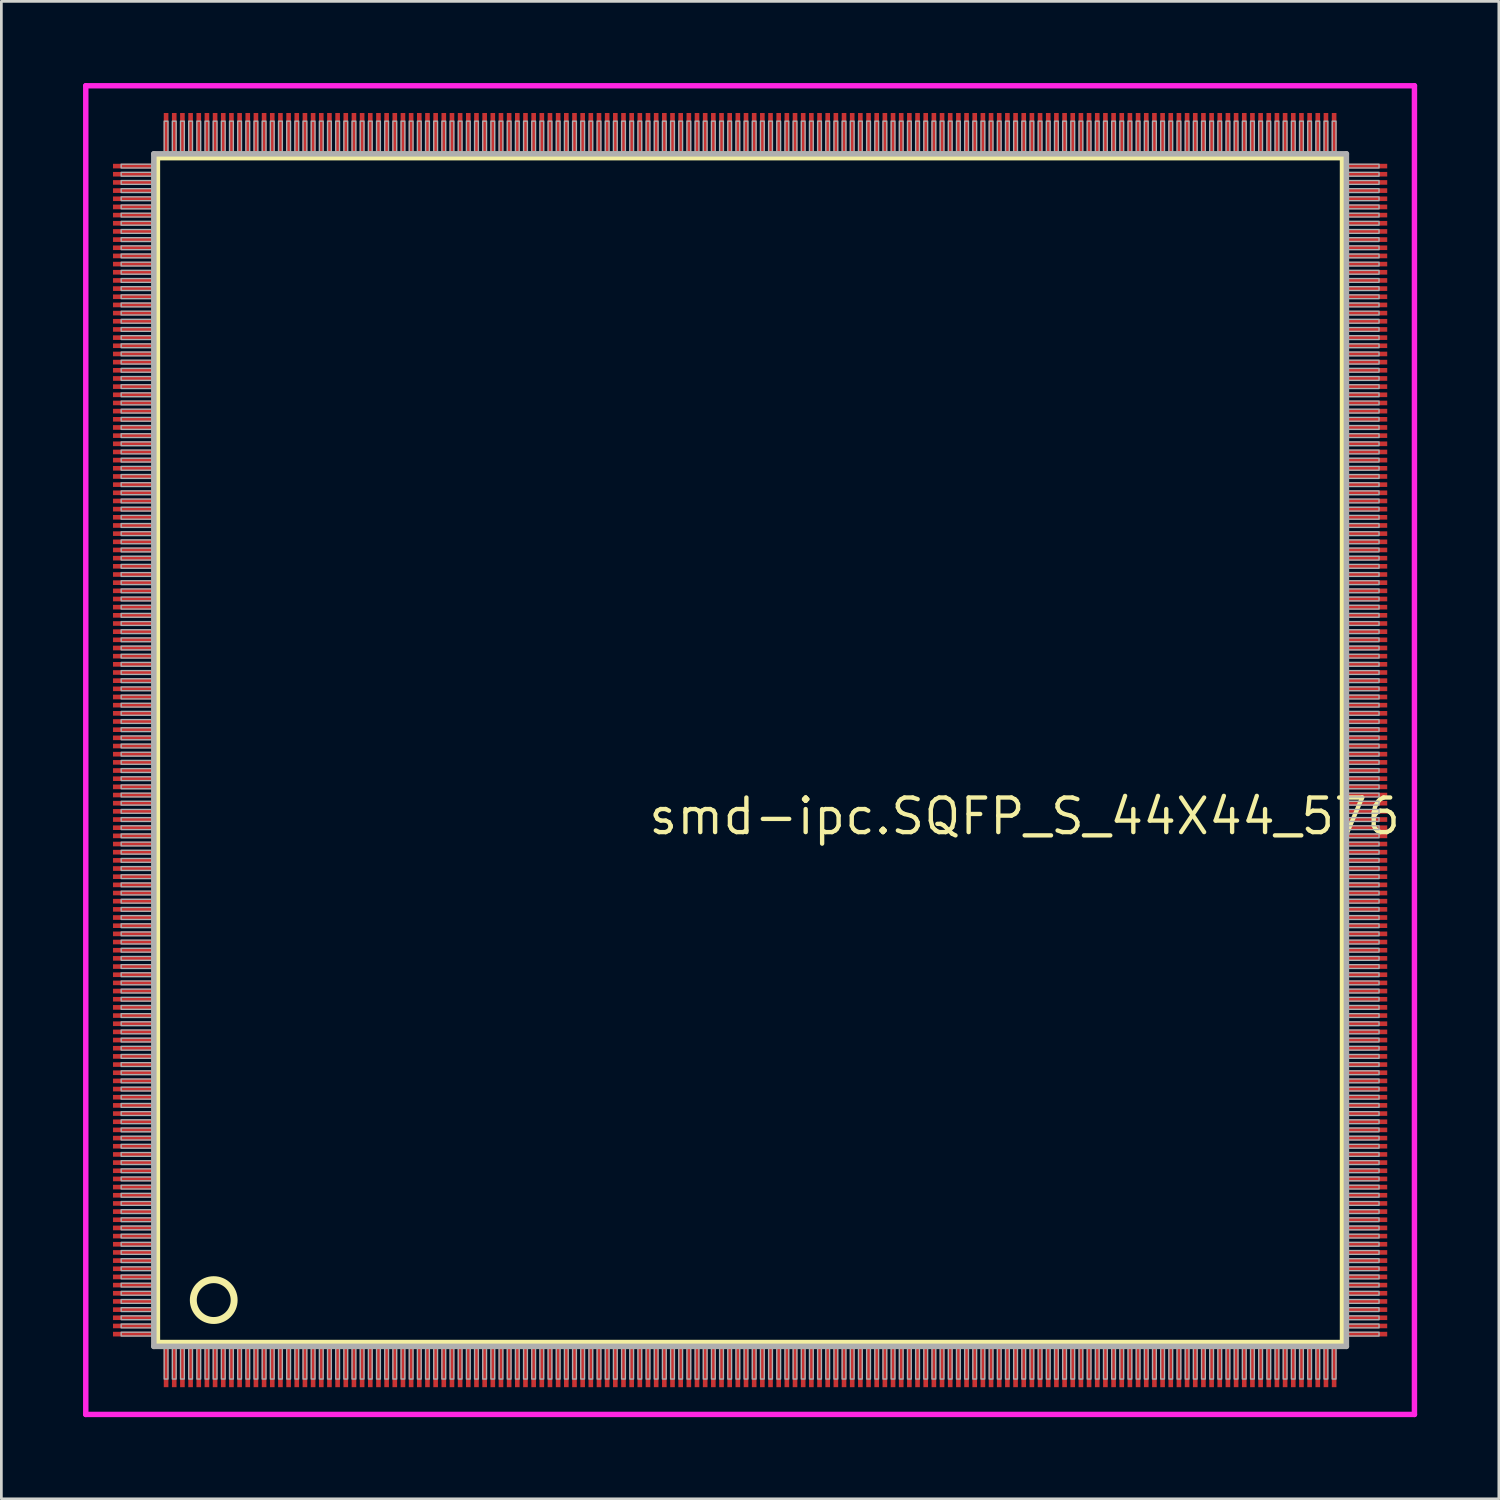
<source format=kicad_pcb>
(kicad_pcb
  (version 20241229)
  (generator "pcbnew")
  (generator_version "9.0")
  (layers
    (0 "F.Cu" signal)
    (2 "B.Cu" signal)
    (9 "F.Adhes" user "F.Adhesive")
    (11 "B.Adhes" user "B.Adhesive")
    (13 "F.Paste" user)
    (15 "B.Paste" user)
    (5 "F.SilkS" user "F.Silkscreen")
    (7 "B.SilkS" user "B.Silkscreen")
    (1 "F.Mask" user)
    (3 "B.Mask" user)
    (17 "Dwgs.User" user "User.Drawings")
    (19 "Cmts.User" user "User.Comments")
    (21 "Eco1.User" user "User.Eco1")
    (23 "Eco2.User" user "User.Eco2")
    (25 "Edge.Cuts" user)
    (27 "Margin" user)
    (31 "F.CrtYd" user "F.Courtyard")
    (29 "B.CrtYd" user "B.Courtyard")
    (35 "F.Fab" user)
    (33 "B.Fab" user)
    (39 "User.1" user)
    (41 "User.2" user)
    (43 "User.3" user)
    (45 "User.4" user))
  (footprint "smd-ipc.SQFP_S_44X44_576"
    (layer "F.Cu")
    (at 24.5 24.5)
    (property "Reference" "smd-ipc.SQFP_S_44X44_576" (at -3.81 3.175 0) (layer "F.SilkS") (effects (font (size 1.27 1.27) (thickness 0.16)) (justify left bottom)))
    (attr smd)
    (fp_line (start -21.77 -21.76) (end 21.76 -21.76) (stroke (width 0.203) (type default)) (layer "F.SilkS"))
    (fp_line (start -21.77 21.76) (end -21.77 -21.76) (stroke (width 0.203) (type default)) (layer "F.SilkS"))
    (fp_line (start 21.76 21.76) (end -21.77 21.76) (stroke (width 0.203) (type default)) (layer "F.SilkS"))
    (fp_line (start 21.76 -21.76) (end 21.76 21.76) (stroke (width 0.203) (type default)) (layer "F.SilkS"))
    (fp_circle (center -19.7 20.2) (end -18.95 20.2) (stroke (width 0.254) (type default)) (fill no) (layer "F.SilkS"))
    (fp_line (start -24.4 -24.4) (end 24.4 -24.4) (stroke (width 0.2) (type default)) (layer "F.CrtYd"))
    (fp_line (start -24.4 24.4) (end -24.4 -24.4) (stroke (width 0.2) (type default)) (layer "F.CrtYd"))
    (fp_line (start 24.4 -24.4) (end 24.4 24.4) (stroke (width 0.2) (type default)) (layer "F.CrtYd"))
    (fp_line (start 24.4 24.4) (end -24.4 24.4) (stroke (width 0.2) (type default)) (layer "F.CrtYd"))
    (fp_line (start -21.9 21.9) (end 21.9 21.9) (stroke (width 0.203) (type default)) (layer "F.Fab"))
    (fp_line (start -21.9 -21.9) (end -21.9 21.9) (stroke (width 0.203) (type default)) (layer "F.Fab"))
    (fp_line (start 21.9 21.9) (end 21.9 -21.9) (stroke (width 0.203) (type default)) (layer "F.Fab"))
    (fp_line (start 21.9 -21.9) (end -21.9 -21.9) (stroke (width 0.203) (type default)) (layer "F.Fab"))
    (fp_rect (start -23.1 -21.38) (end -21.97 -21.52) (stroke (width 0.05) (type default)) (fill no) (layer "F.Fab"))
    (fp_rect (start -23.1 -21.08) (end -21.97 -21.22) (stroke (width 0.05) (type default)) (fill no) (layer "F.Fab"))
    (fp_rect (start -23.1 -20.78) (end -21.97 -20.92) (stroke (width 0.05) (type default)) (fill no) (layer "F.Fab"))
    (fp_rect (start -23.1 -20.48) (end -21.97 -20.62) (stroke (width 0.05) (type default)) (fill no) (layer "F.Fab"))
    (fp_rect (start -23.1 -20.18) (end -21.97 -20.32) (stroke (width 0.05) (type default)) (fill no) (layer "F.Fab"))
    (fp_rect (start -23.1 -19.88) (end -21.97 -20.02) (stroke (width 0.05) (type default)) (fill no) (layer "F.Fab"))
    (fp_rect (start -23.1 -19.58) (end -21.97 -19.72) (stroke (width 0.05) (type default)) (fill no) (layer "F.Fab"))
    (fp_rect (start -23.1 -19.28) (end -21.97 -19.42) (stroke (width 0.05) (type default)) (fill no) (layer "F.Fab"))
    (fp_rect (start -23.1 -18.98) (end -21.97 -19.12) (stroke (width 0.05) (type default)) (fill no) (layer "F.Fab"))
    (fp_rect (start -23.1 -18.68) (end -21.97 -18.82) (stroke (width 0.05) (type default)) (fill no) (layer "F.Fab"))
    (fp_rect (start -23.1 -18.38) (end -21.97 -18.52) (stroke (width 0.05) (type default)) (fill no) (layer "F.Fab"))
    (fp_rect (start -23.1 -18.08) (end -21.97 -18.22) (stroke (width 0.05) (type default)) (fill no) (layer "F.Fab"))
    (fp_rect (start -23.1 -17.78) (end -21.97 -17.92) (stroke (width 0.05) (type default)) (fill no) (layer "F.Fab"))
    (fp_rect (start -23.1 -17.48) (end -21.97 -17.62) (stroke (width 0.05) (type default)) (fill no) (layer "F.Fab"))
    (fp_rect (start -23.1 -17.18) (end -21.97 -17.32) (stroke (width 0.05) (type default)) (fill no) (layer "F.Fab"))
    (fp_rect (start -23.1 -16.88) (end -21.97 -17.02) (stroke (width 0.05) (type default)) (fill no) (layer "F.Fab"))
    (fp_rect (start -23.1 -16.58) (end -21.97 -16.72) (stroke (width 0.05) (type default)) (fill no) (layer "F.Fab"))
    (fp_rect (start -23.1 -16.28) (end -21.97 -16.42) (stroke (width 0.05) (type default)) (fill no) (layer "F.Fab"))
    (fp_rect (start -23.1 -15.98) (end -21.97 -16.12) (stroke (width 0.05) (type default)) (fill no) (layer "F.Fab"))
    (fp_rect (start -23.1 -15.68) (end -21.97 -15.82) (stroke (width 0.05) (type default)) (fill no) (layer "F.Fab"))
    (fp_rect (start -23.1 -15.38) (end -21.97 -15.52) (stroke (width 0.05) (type default)) (fill no) (layer "F.Fab"))
    (fp_rect (start -23.1 -15.08) (end -21.97 -15.22) (stroke (width 0.05) (type default)) (fill no) (layer "F.Fab"))
    (fp_rect (start -23.1 -14.78) (end -21.97 -14.92) (stroke (width 0.05) (type default)) (fill no) (layer "F.Fab"))
    (fp_rect (start -23.1 -14.48) (end -21.97 -14.62) (stroke (width 0.05) (type default)) (fill no) (layer "F.Fab"))
    (fp_rect (start -23.1 -14.18) (end -21.97 -14.32) (stroke (width 0.05) (type default)) (fill no) (layer "F.Fab"))
    (fp_rect (start -23.1 -13.88) (end -21.97 -14.02) (stroke (width 0.05) (type default)) (fill no) (layer "F.Fab"))
    (fp_rect (start -23.1 -13.58) (end -21.97 -13.72) (stroke (width 0.05) (type default)) (fill no) (layer "F.Fab"))
    (fp_rect (start -23.1 -13.28) (end -21.97 -13.42) (stroke (width 0.05) (type default)) (fill no) (layer "F.Fab"))
    (fp_rect (start -23.1 -12.98) (end -21.97 -13.12) (stroke (width 0.05) (type default)) (fill no) (layer "F.Fab"))
    (fp_rect (start -23.1 -12.68) (end -21.97 -12.82) (stroke (width 0.05) (type default)) (fill no) (layer "F.Fab"))
    (fp_rect (start -23.1 -12.38) (end -21.97 -12.52) (stroke (width 0.05) (type default)) (fill no) (layer "F.Fab"))
    (fp_rect (start -23.1 -12.08) (end -21.97 -12.22) (stroke (width 0.05) (type default)) (fill no) (layer "F.Fab"))
    (fp_rect (start -23.1 -11.78) (end -21.97 -11.92) (stroke (width 0.05) (type default)) (fill no) (layer "F.Fab"))
    (fp_rect (start -23.1 -11.48) (end -21.97 -11.62) (stroke (width 0.05) (type default)) (fill no) (layer "F.Fab"))
    (fp_rect (start -23.1 -11.18) (end -21.97 -11.32) (stroke (width 0.05) (type default)) (fill no) (layer "F.Fab"))
    (fp_rect (start -23.1 -10.88) (end -21.97 -11.02) (stroke (width 0.05) (type default)) (fill no) (layer "F.Fab"))
    (fp_rect (start -23.1 -10.58) (end -21.97 -10.72) (stroke (width 0.05) (type default)) (fill no) (layer "F.Fab"))
    (fp_rect (start -23.1 -10.28) (end -21.97 -10.42) (stroke (width 0.05) (type default)) (fill no) (layer "F.Fab"))
    (fp_rect (start -23.1 -9.98) (end -21.97 -10.12) (stroke (width 0.05) (type default)) (fill no) (layer "F.Fab"))
    (fp_rect (start -23.1 -9.68) (end -21.97 -9.82) (stroke (width 0.05) (type default)) (fill no) (layer "F.Fab"))
    (fp_rect (start -23.1 -9.38) (end -21.97 -9.52) (stroke (width 0.05) (type default)) (fill no) (layer "F.Fab"))
    (fp_rect (start -23.1 -9.08) (end -21.97 -9.22) (stroke (width 0.05) (type default)) (fill no) (layer "F.Fab"))
    (fp_rect (start -23.1 -8.78) (end -21.97 -8.92) (stroke (width 0.05) (type default)) (fill no) (layer "F.Fab"))
    (fp_rect (start -23.1 -8.48) (end -21.97 -8.62) (stroke (width 0.05) (type default)) (fill no) (layer "F.Fab"))
    (fp_rect (start -23.1 -8.18) (end -21.97 -8.32) (stroke (width 0.05) (type default)) (fill no) (layer "F.Fab"))
    (fp_rect (start -23.1 -7.88) (end -21.97 -8.02) (stroke (width 0.05) (type default)) (fill no) (layer "F.Fab"))
    (fp_rect (start -23.1 -7.58) (end -21.97 -7.72) (stroke (width 0.05) (type default)) (fill no) (layer "F.Fab"))
    (fp_rect (start -23.1 -7.28) (end -21.97 -7.42) (stroke (width 0.05) (type default)) (fill no) (layer "F.Fab"))
    (fp_rect (start -23.1 -6.98) (end -21.97 -7.12) (stroke (width 0.05) (type default)) (fill no) (layer "F.Fab"))
    (fp_rect (start -23.1 -6.68) (end -21.97 -6.82) (stroke (width 0.05) (type default)) (fill no) (layer "F.Fab"))
    (fp_rect (start -23.1 -6.38) (end -21.97 -6.52) (stroke (width 0.05) (type default)) (fill no) (layer "F.Fab"))
    (fp_rect (start -23.1 -6.08) (end -21.97 -6.22) (stroke (width 0.05) (type default)) (fill no) (layer "F.Fab"))
    (fp_rect (start -23.1 -5.78) (end -21.97 -5.92) (stroke (width 0.05) (type default)) (fill no) (layer "F.Fab"))
    (fp_rect (start -23.1 -5.48) (end -21.97 -5.62) (stroke (width 0.05) (type default)) (fill no) (layer "F.Fab"))
    (fp_rect (start -23.1 -5.18) (end -21.97 -5.32) (stroke (width 0.05) (type default)) (fill no) (layer "F.Fab"))
    (fp_rect (start -23.1 -4.88) (end -21.97 -5.02) (stroke (width 0.05) (type default)) (fill no) (layer "F.Fab"))
    (fp_rect (start -23.1 -4.58) (end -21.97 -4.72) (stroke (width 0.05) (type default)) (fill no) (layer "F.Fab"))
    (fp_rect (start -23.1 -4.28) (end -21.97 -4.42) (stroke (width 0.05) (type default)) (fill no) (layer "F.Fab"))
    (fp_rect (start -23.1 -3.98) (end -21.97 -4.12) (stroke (width 0.05) (type default)) (fill no) (layer "F.Fab"))
    (fp_rect (start -23.1 -3.68) (end -21.97 -3.82) (stroke (width 0.05) (type default)) (fill no) (layer "F.Fab"))
    (fp_rect (start -23.1 -3.38) (end -21.97 -3.52) (stroke (width 0.05) (type default)) (fill no) (layer "F.Fab"))
    (fp_rect (start -23.1 -3.08) (end -21.97 -3.22) (stroke (width 0.05) (type default)) (fill no) (layer "F.Fab"))
    (fp_rect (start -23.1 -2.78) (end -21.97 -2.92) (stroke (width 0.05) (type default)) (fill no) (layer "F.Fab"))
    (fp_rect (start -23.1 -2.48) (end -21.97 -2.62) (stroke (width 0.05) (type default)) (fill no) (layer "F.Fab"))
    (fp_rect (start -23.1 -2.18) (end -21.97 -2.32) (stroke (width 0.05) (type default)) (fill no) (layer "F.Fab"))
    (fp_rect (start -23.1 -1.88) (end -21.97 -2.02) (stroke (width 0.05) (type default)) (fill no) (layer "F.Fab"))
    (fp_rect (start -23.1 -1.58) (end -21.97 -1.72) (stroke (width 0.05) (type default)) (fill no) (layer "F.Fab"))
    (fp_rect (start -23.1 -1.28) (end -21.97 -1.42) (stroke (width 0.05) (type default)) (fill no) (layer "F.Fab"))
    (fp_rect (start -23.1 -0.98) (end -21.97 -1.12) (stroke (width 0.05) (type default)) (fill no) (layer "F.Fab"))
    (fp_rect (start -23.1 -0.68) (end -21.97 -0.82) (stroke (width 0.05) (type default)) (fill no) (layer "F.Fab"))
    (fp_rect (start -23.1 -0.38) (end -21.97 -0.52) (stroke (width 0.05) (type default)) (fill no) (layer "F.Fab"))
    (fp_rect (start -23.1 -0.08) (end -21.97 -0.22) (stroke (width 0.05) (type default)) (fill no) (layer "F.Fab"))
    (fp_rect (start -23.1 0.22) (end -21.97 0.08) (stroke (width 0.05) (type default)) (fill no) (layer "F.Fab"))
    (fp_rect (start -23.1 0.52) (end -21.97 0.38) (stroke (width 0.05) (type default)) (fill no) (layer "F.Fab"))
    (fp_rect (start -23.1 0.82) (end -21.97 0.68) (stroke (width 0.05) (type default)) (fill no) (layer "F.Fab"))
    (fp_rect (start -23.1 1.12) (end -21.97 0.98) (stroke (width 0.05) (type default)) (fill no) (layer "F.Fab"))
    (fp_rect (start -23.1 1.42) (end -21.97 1.28) (stroke (width 0.05) (type default)) (fill no) (layer "F.Fab"))
    (fp_rect (start -23.1 1.72) (end -21.97 1.58) (stroke (width 0.05) (type default)) (fill no) (layer "F.Fab"))
    (fp_rect (start -23.1 2.02) (end -21.97 1.88) (stroke (width 0.05) (type default)) (fill no) (layer "F.Fab"))
    (fp_rect (start -23.1 2.32) (end -21.97 2.18) (stroke (width 0.05) (type default)) (fill no) (layer "F.Fab"))
    (fp_rect (start -23.1 2.62) (end -21.97 2.48) (stroke (width 0.05) (type default)) (fill no) (layer "F.Fab"))
    (fp_rect (start -23.1 2.92) (end -21.97 2.78) (stroke (width 0.05) (type default)) (fill no) (layer "F.Fab"))
    (fp_rect (start -23.1 3.22) (end -21.97 3.08) (stroke (width 0.05) (type default)) (fill no) (layer "F.Fab"))
    (fp_rect (start -23.1 3.52) (end -21.97 3.38) (stroke (width 0.05) (type default)) (fill no) (layer "F.Fab"))
    (fp_rect (start -23.1 3.82) (end -21.97 3.68) (stroke (width 0.05) (type default)) (fill no) (layer "F.Fab"))
    (fp_rect (start -23.1 4.12) (end -21.97 3.98) (stroke (width 0.05) (type default)) (fill no) (layer "F.Fab"))
    (fp_rect (start -23.1 4.42) (end -21.97 4.28) (stroke (width 0.05) (type default)) (fill no) (layer "F.Fab"))
    (fp_rect (start -23.1 4.72) (end -21.97 4.58) (stroke (width 0.05) (type default)) (fill no) (layer "F.Fab"))
    (fp_rect (start -23.1 5.02) (end -21.97 4.88) (stroke (width 0.05) (type default)) (fill no) (layer "F.Fab"))
    (fp_rect (start -23.1 5.32) (end -21.97 5.18) (stroke (width 0.05) (type default)) (fill no) (layer "F.Fab"))
    (fp_rect (start -23.1 5.62) (end -21.97 5.48) (stroke (width 0.05) (type default)) (fill no) (layer "F.Fab"))
    (fp_rect (start -23.1 5.92) (end -21.97 5.78) (stroke (width 0.05) (type default)) (fill no) (layer "F.Fab"))
    (fp_rect (start -23.1 6.22) (end -21.97 6.08) (stroke (width 0.05) (type default)) (fill no) (layer "F.Fab"))
    (fp_rect (start -23.1 6.52) (end -21.97 6.38) (stroke (width 0.05) (type default)) (fill no) (layer "F.Fab"))
    (fp_rect (start -23.1 6.82) (end -21.97 6.68) (stroke (width 0.05) (type default)) (fill no) (layer "F.Fab"))
    (fp_rect (start -23.1 7.12) (end -21.97 6.98) (stroke (width 0.05) (type default)) (fill no) (layer "F.Fab"))
    (fp_rect (start -23.1 7.42) (end -21.97 7.28) (stroke (width 0.05) (type default)) (fill no) (layer "F.Fab"))
    (fp_rect (start -23.1 7.72) (end -21.97 7.58) (stroke (width 0.05) (type default)) (fill no) (layer "F.Fab"))
    (fp_rect (start -23.1 8.02) (end -21.97 7.88) (stroke (width 0.05) (type default)) (fill no) (layer "F.Fab"))
    (fp_rect (start -23.1 8.32) (end -21.97 8.18) (stroke (width 0.05) (type default)) (fill no) (layer "F.Fab"))
    (fp_rect (start -23.1 8.62) (end -21.97 8.48) (stroke (width 0.05) (type default)) (fill no) (layer "F.Fab"))
    (fp_rect (start -23.1 8.92) (end -21.97 8.78) (stroke (width 0.05) (type default)) (fill no) (layer "F.Fab"))
    (fp_rect (start -23.1 9.22) (end -21.97 9.08) (stroke (width 0.05) (type default)) (fill no) (layer "F.Fab"))
    (fp_rect (start -23.1 9.52) (end -21.97 9.38) (stroke (width 0.05) (type default)) (fill no) (layer "F.Fab"))
    (fp_rect (start -23.1 9.82) (end -21.97 9.68) (stroke (width 0.05) (type default)) (fill no) (layer "F.Fab"))
    (fp_rect (start -23.1 10.12) (end -21.97 9.98) (stroke (width 0.05) (type default)) (fill no) (layer "F.Fab"))
    (fp_rect (start -23.1 10.42) (end -21.97 10.28) (stroke (width 0.05) (type default)) (fill no) (layer "F.Fab"))
    (fp_rect (start -23.1 10.72) (end -21.97 10.58) (stroke (width 0.05) (type default)) (fill no) (layer "F.Fab"))
    (fp_rect (start -23.1 11.02) (end -21.97 10.88) (stroke (width 0.05) (type default)) (fill no) (layer "F.Fab"))
    (fp_rect (start -23.1 11.32) (end -21.97 11.18) (stroke (width 0.05) (type default)) (fill no) (layer "F.Fab"))
    (fp_rect (start -23.1 11.62) (end -21.97 11.48) (stroke (width 0.05) (type default)) (fill no) (layer "F.Fab"))
    (fp_rect (start -23.1 11.92) (end -21.97 11.78) (stroke (width 0.05) (type default)) (fill no) (layer "F.Fab"))
    (fp_rect (start -23.1 12.22) (end -21.97 12.08) (stroke (width 0.05) (type default)) (fill no) (layer "F.Fab"))
    (fp_rect (start -23.1 12.52) (end -21.97 12.38) (stroke (width 0.05) (type default)) (fill no) (layer "F.Fab"))
    (fp_rect (start -23.1 12.82) (end -21.97 12.68) (stroke (width 0.05) (type default)) (fill no) (layer "F.Fab"))
    (fp_rect (start -23.1 13.12) (end -21.97 12.98) (stroke (width 0.05) (type default)) (fill no) (layer "F.Fab"))
    (fp_rect (start -23.1 13.42) (end -21.97 13.28) (stroke (width 0.05) (type default)) (fill no) (layer "F.Fab"))
    (fp_rect (start -23.1 13.72) (end -21.97 13.58) (stroke (width 0.05) (type default)) (fill no) (layer "F.Fab"))
    (fp_rect (start -23.1 14.02) (end -21.97 13.88) (stroke (width 0.05) (type default)) (fill no) (layer "F.Fab"))
    (fp_rect (start -23.1 14.32) (end -21.97 14.18) (stroke (width 0.05) (type default)) (fill no) (layer "F.Fab"))
    (fp_rect (start -23.1 14.62) (end -21.97 14.48) (stroke (width 0.05) (type default)) (fill no) (layer "F.Fab"))
    (fp_rect (start -23.1 14.92) (end -21.97 14.78) (stroke (width 0.05) (type default)) (fill no) (layer "F.Fab"))
    (fp_rect (start -23.1 15.22) (end -21.97 15.08) (stroke (width 0.05) (type default)) (fill no) (layer "F.Fab"))
    (fp_rect (start -23.1 15.52) (end -21.97 15.38) (stroke (width 0.05) (type default)) (fill no) (layer "F.Fab"))
    (fp_rect (start -23.1 15.82) (end -21.97 15.68) (stroke (width 0.05) (type default)) (fill no) (layer "F.Fab"))
    (fp_rect (start -23.1 16.12) (end -21.97 15.98) (stroke (width 0.05) (type default)) (fill no) (layer "F.Fab"))
    (fp_rect (start -23.1 16.42) (end -21.97 16.28) (stroke (width 0.05) (type default)) (fill no) (layer "F.Fab"))
    (fp_rect (start -23.1 16.72) (end -21.97 16.58) (stroke (width 0.05) (type default)) (fill no) (layer "F.Fab"))
    (fp_rect (start -23.1 17.02) (end -21.97 16.88) (stroke (width 0.05) (type default)) (fill no) (layer "F.Fab"))
    (fp_rect (start -23.1 17.32) (end -21.97 17.18) (stroke (width 0.05) (type default)) (fill no) (layer "F.Fab"))
    (fp_rect (start -23.1 17.62) (end -21.97 17.48) (stroke (width 0.05) (type default)) (fill no) (layer "F.Fab"))
    (fp_rect (start -23.1 17.92) (end -21.97 17.78) (stroke (width 0.05) (type default)) (fill no) (layer "F.Fab"))
    (fp_rect (start -23.1 18.22) (end -21.97 18.08) (stroke (width 0.05) (type default)) (fill no) (layer "F.Fab"))
    (fp_rect (start -23.1 18.52) (end -21.97 18.38) (stroke (width 0.05) (type default)) (fill no) (layer "F.Fab"))
    (fp_rect (start -23.1 18.82) (end -21.97 18.68) (stroke (width 0.05) (type default)) (fill no) (layer "F.Fab"))
    (fp_rect (start -23.1 19.12) (end -21.97 18.98) (stroke (width 0.05) (type default)) (fill no) (layer "F.Fab"))
    (fp_rect (start -23.1 19.42) (end -21.97 19.28) (stroke (width 0.05) (type default)) (fill no) (layer "F.Fab"))
    (fp_rect (start -23.1 19.72) (end -21.97 19.58) (stroke (width 0.05) (type default)) (fill no) (layer "F.Fab"))
    (fp_rect (start -23.1 20.02) (end -21.97 19.88) (stroke (width 0.05) (type default)) (fill no) (layer "F.Fab"))
    (fp_rect (start -23.1 20.32) (end -21.97 20.18) (stroke (width 0.05) (type default)) (fill no) (layer "F.Fab"))
    (fp_rect (start -23.1 20.62) (end -21.97 20.48) (stroke (width 0.05) (type default)) (fill no) (layer "F.Fab"))
    (fp_rect (start -23.1 20.92) (end -21.97 20.78) (stroke (width 0.05) (type default)) (fill no) (layer "F.Fab"))
    (fp_rect (start -23.1 21.22) (end -21.97 21.08) (stroke (width 0.05) (type default)) (fill no) (layer "F.Fab"))
    (fp_rect (start -23.1 21.52) (end -21.97 21.38) (stroke (width 0.05) (type default)) (fill no) (layer "F.Fab"))
    (fp_rect (start -21.52 -21.97) (end -21.38 -23.1) (stroke (width 0.05) (type default)) (fill no) (layer "F.Fab"))
    (fp_rect (start -21.52 23.1) (end -21.38 21.97) (stroke (width 0.05) (type default)) (fill no) (layer "F.Fab"))
    (fp_rect (start -21.22 -21.97) (end -21.08 -23.1) (stroke (width 0.05) (type default)) (fill no) (layer "F.Fab"))
    (fp_rect (start -21.22 23.1) (end -21.08 21.97) (stroke (width 0.05) (type default)) (fill no) (layer "F.Fab"))
    (fp_rect (start -20.92 -21.97) (end -20.78 -23.1) (stroke (width 0.05) (type default)) (fill no) (layer "F.Fab"))
    (fp_rect (start -20.92 23.1) (end -20.78 21.97) (stroke (width 0.05) (type default)) (fill no) (layer "F.Fab"))
    (fp_rect (start -20.62 -21.97) (end -20.48 -23.1) (stroke (width 0.05) (type default)) (fill no) (layer "F.Fab"))
    (fp_rect (start -20.62 23.1) (end -20.48 21.97) (stroke (width 0.05) (type default)) (fill no) (layer "F.Fab"))
    (fp_rect (start -20.32 -21.97) (end -20.18 -23.1) (stroke (width 0.05) (type default)) (fill no) (layer "F.Fab"))
    (fp_rect (start -20.32 23.1) (end -20.18 21.97) (stroke (width 0.05) (type default)) (fill no) (layer "F.Fab"))
    (fp_rect (start -20.02 -21.97) (end -19.88 -23.1) (stroke (width 0.05) (type default)) (fill no) (layer "F.Fab"))
    (fp_rect (start -20.02 23.1) (end -19.88 21.97) (stroke (width 0.05) (type default)) (fill no) (layer "F.Fab"))
    (fp_rect (start -19.72 -21.97) (end -19.58 -23.1) (stroke (width 0.05) (type default)) (fill no) (layer "F.Fab"))
    (fp_rect (start -19.72 23.1) (end -19.58 21.97) (stroke (width 0.05) (type default)) (fill no) (layer "F.Fab"))
    (fp_rect (start -19.42 -21.97) (end -19.28 -23.1) (stroke (width 0.05) (type default)) (fill no) (layer "F.Fab"))
    (fp_rect (start -19.42 23.1) (end -19.28 21.97) (stroke (width 0.05) (type default)) (fill no) (layer "F.Fab"))
    (fp_rect (start -19.12 -21.97) (end -18.98 -23.1) (stroke (width 0.05) (type default)) (fill no) (layer "F.Fab"))
    (fp_rect (start -19.12 23.1) (end -18.98 21.97) (stroke (width 0.05) (type default)) (fill no) (layer "F.Fab"))
    (fp_rect (start -18.82 -21.97) (end -18.68 -23.1) (stroke (width 0.05) (type default)) (fill no) (layer "F.Fab"))
    (fp_rect (start -18.82 23.1) (end -18.68 21.97) (stroke (width 0.05) (type default)) (fill no) (layer "F.Fab"))
    (fp_rect (start -18.52 -21.97) (end -18.38 -23.1) (stroke (width 0.05) (type default)) (fill no) (layer "F.Fab"))
    (fp_rect (start -18.52 23.1) (end -18.38 21.97) (stroke (width 0.05) (type default)) (fill no) (layer "F.Fab"))
    (fp_rect (start -18.22 -21.97) (end -18.08 -23.1) (stroke (width 0.05) (type default)) (fill no) (layer "F.Fab"))
    (fp_rect (start -18.22 23.1) (end -18.08 21.97) (stroke (width 0.05) (type default)) (fill no) (layer "F.Fab"))
    (fp_rect (start -17.92 -21.97) (end -17.78 -23.1) (stroke (width 0.05) (type default)) (fill no) (layer "F.Fab"))
    (fp_rect (start -17.92 23.1) (end -17.78 21.97) (stroke (width 0.05) (type default)) (fill no) (layer "F.Fab"))
    (fp_rect (start -17.62 -21.97) (end -17.48 -23.1) (stroke (width 0.05) (type default)) (fill no) (layer "F.Fab"))
    (fp_rect (start -17.62 23.1) (end -17.48 21.97) (stroke (width 0.05) (type default)) (fill no) (layer "F.Fab"))
    (fp_rect (start -17.32 -21.97) (end -17.18 -23.1) (stroke (width 0.05) (type default)) (fill no) (layer "F.Fab"))
    (fp_rect (start -17.32 23.1) (end -17.18 21.97) (stroke (width 0.05) (type default)) (fill no) (layer "F.Fab"))
    (fp_rect (start -17.02 -21.97) (end -16.88 -23.1) (stroke (width 0.05) (type default)) (fill no) (layer "F.Fab"))
    (fp_rect (start -17.02 23.1) (end -16.88 21.97) (stroke (width 0.05) (type default)) (fill no) (layer "F.Fab"))
    (fp_rect (start -16.72 -21.97) (end -16.58 -23.1) (stroke (width 0.05) (type default)) (fill no) (layer "F.Fab"))
    (fp_rect (start -16.72 23.1) (end -16.58 21.97) (stroke (width 0.05) (type default)) (fill no) (layer "F.Fab"))
    (fp_rect (start -16.42 -21.97) (end -16.28 -23.1) (stroke (width 0.05) (type default)) (fill no) (layer "F.Fab"))
    (fp_rect (start -16.42 23.1) (end -16.28 21.97) (stroke (width 0.05) (type default)) (fill no) (layer "F.Fab"))
    (fp_rect (start -16.12 -21.97) (end -15.98 -23.1) (stroke (width 0.05) (type default)) (fill no) (layer "F.Fab"))
    (fp_rect (start -16.12 23.1) (end -15.98 21.97) (stroke (width 0.05) (type default)) (fill no) (layer "F.Fab"))
    (fp_rect (start -15.82 -21.97) (end -15.68 -23.1) (stroke (width 0.05) (type default)) (fill no) (layer "F.Fab"))
    (fp_rect (start -15.82 23.1) (end -15.68 21.97) (stroke (width 0.05) (type default)) (fill no) (layer "F.Fab"))
    (fp_rect (start -15.52 -21.97) (end -15.38 -23.1) (stroke (width 0.05) (type default)) (fill no) (layer "F.Fab"))
    (fp_rect (start -15.52 23.1) (end -15.38 21.97) (stroke (width 0.05) (type default)) (fill no) (layer "F.Fab"))
    (fp_rect (start -15.22 -21.97) (end -15.08 -23.1) (stroke (width 0.05) (type default)) (fill no) (layer "F.Fab"))
    (fp_rect (start -15.22 23.1) (end -15.08 21.97) (stroke (width 0.05) (type default)) (fill no) (layer "F.Fab"))
    (fp_rect (start -14.92 -21.97) (end -14.78 -23.1) (stroke (width 0.05) (type default)) (fill no) (layer "F.Fab"))
    (fp_rect (start -14.92 23.1) (end -14.78 21.97) (stroke (width 0.05) (type default)) (fill no) (layer "F.Fab"))
    (fp_rect (start -14.62 -21.97) (end -14.48 -23.1) (stroke (width 0.05) (type default)) (fill no) (layer "F.Fab"))
    (fp_rect (start -14.62 23.1) (end -14.48 21.97) (stroke (width 0.05) (type default)) (fill no) (layer "F.Fab"))
    (fp_rect (start -14.32 -21.97) (end -14.18 -23.1) (stroke (width 0.05) (type default)) (fill no) (layer "F.Fab"))
    (fp_rect (start -14.32 23.1) (end -14.18 21.97) (stroke (width 0.05) (type default)) (fill no) (layer "F.Fab"))
    (fp_rect (start -14.02 -21.97) (end -13.88 -23.1) (stroke (width 0.05) (type default)) (fill no) (layer "F.Fab"))
    (fp_rect (start -14.02 23.1) (end -13.88 21.97) (stroke (width 0.05) (type default)) (fill no) (layer "F.Fab"))
    (fp_rect (start -13.72 -21.97) (end -13.58 -23.1) (stroke (width 0.05) (type default)) (fill no) (layer "F.Fab"))
    (fp_rect (start -13.72 23.1) (end -13.58 21.97) (stroke (width 0.05) (type default)) (fill no) (layer "F.Fab"))
    (fp_rect (start -13.42 -21.97) (end -13.28 -23.1) (stroke (width 0.05) (type default)) (fill no) (layer "F.Fab"))
    (fp_rect (start -13.42 23.1) (end -13.28 21.97) (stroke (width 0.05) (type default)) (fill no) (layer "F.Fab"))
    (fp_rect (start -13.12 -21.97) (end -12.98 -23.1) (stroke (width 0.05) (type default)) (fill no) (layer "F.Fab"))
    (fp_rect (start -13.12 23.1) (end -12.98 21.97) (stroke (width 0.05) (type default)) (fill no) (layer "F.Fab"))
    (fp_rect (start -12.82 -21.97) (end -12.68 -23.1) (stroke (width 0.05) (type default)) (fill no) (layer "F.Fab"))
    (fp_rect (start -12.82 23.1) (end -12.68 21.97) (stroke (width 0.05) (type default)) (fill no) (layer "F.Fab"))
    (fp_rect (start -12.52 -21.97) (end -12.38 -23.1) (stroke (width 0.05) (type default)) (fill no) (layer "F.Fab"))
    (fp_rect (start -12.52 23.1) (end -12.38 21.97) (stroke (width 0.05) (type default)) (fill no) (layer "F.Fab"))
    (fp_rect (start -12.22 -21.97) (end -12.08 -23.1) (stroke (width 0.05) (type default)) (fill no) (layer "F.Fab"))
    (fp_rect (start -12.22 23.1) (end -12.08 21.97) (stroke (width 0.05) (type default)) (fill no) (layer "F.Fab"))
    (fp_rect (start -11.92 -21.97) (end -11.78 -23.1) (stroke (width 0.05) (type default)) (fill no) (layer "F.Fab"))
    (fp_rect (start -11.92 23.1) (end -11.78 21.97) (stroke (width 0.05) (type default)) (fill no) (layer "F.Fab"))
    (fp_rect (start -11.62 -21.97) (end -11.48 -23.1) (stroke (width 0.05) (type default)) (fill no) (layer "F.Fab"))
    (fp_rect (start -11.62 23.1) (end -11.48 21.97) (stroke (width 0.05) (type default)) (fill no) (layer "F.Fab"))
    (fp_rect (start -11.32 -21.97) (end -11.18 -23.1) (stroke (width 0.05) (type default)) (fill no) (layer "F.Fab"))
    (fp_rect (start -11.32 23.1) (end -11.18 21.97) (stroke (width 0.05) (type default)) (fill no) (layer "F.Fab"))
    (fp_rect (start -11.02 -21.97) (end -10.88 -23.1) (stroke (width 0.05) (type default)) (fill no) (layer "F.Fab"))
    (fp_rect (start -11.02 23.1) (end -10.88 21.97) (stroke (width 0.05) (type default)) (fill no) (layer "F.Fab"))
    (fp_rect (start -10.72 -21.97) (end -10.58 -23.1) (stroke (width 0.05) (type default)) (fill no) (layer "F.Fab"))
    (fp_rect (start -10.72 23.1) (end -10.58 21.97) (stroke (width 0.05) (type default)) (fill no) (layer "F.Fab"))
    (fp_rect (start -10.42 -21.97) (end -10.28 -23.1) (stroke (width 0.05) (type default)) (fill no) (layer "F.Fab"))
    (fp_rect (start -10.42 23.1) (end -10.28 21.97) (stroke (width 0.05) (type default)) (fill no) (layer "F.Fab"))
    (fp_rect (start -10.12 -21.97) (end -9.98 -23.1) (stroke (width 0.05) (type default)) (fill no) (layer "F.Fab"))
    (fp_rect (start -10.12 23.1) (end -9.98 21.97) (stroke (width 0.05) (type default)) (fill no) (layer "F.Fab"))
    (fp_rect (start -9.82 -21.97) (end -9.68 -23.1) (stroke (width 0.05) (type default)) (fill no) (layer "F.Fab"))
    (fp_rect (start -9.82 23.1) (end -9.68 21.97) (stroke (width 0.05) (type default)) (fill no) (layer "F.Fab"))
    (fp_rect (start -9.52 -21.97) (end -9.38 -23.1) (stroke (width 0.05) (type default)) (fill no) (layer "F.Fab"))
    (fp_rect (start -9.52 23.1) (end -9.38 21.97) (stroke (width 0.05) (type default)) (fill no) (layer "F.Fab"))
    (fp_rect (start -9.22 -21.97) (end -9.08 -23.1) (stroke (width 0.05) (type default)) (fill no) (layer "F.Fab"))
    (fp_rect (start -9.22 23.1) (end -9.08 21.97) (stroke (width 0.05) (type default)) (fill no) (layer "F.Fab"))
    (fp_rect (start -8.92 -21.97) (end -8.78 -23.1) (stroke (width 0.05) (type default)) (fill no) (layer "F.Fab"))
    (fp_rect (start -8.92 23.1) (end -8.78 21.97) (stroke (width 0.05) (type default)) (fill no) (layer "F.Fab"))
    (fp_rect (start -8.62 -21.97) (end -8.48 -23.1) (stroke (width 0.05) (type default)) (fill no) (layer "F.Fab"))
    (fp_rect (start -8.62 23.1) (end -8.48 21.97) (stroke (width 0.05) (type default)) (fill no) (layer "F.Fab"))
    (fp_rect (start -8.32 -21.97) (end -8.18 -23.1) (stroke (width 0.05) (type default)) (fill no) (layer "F.Fab"))
    (fp_rect (start -8.32 23.1) (end -8.18 21.97) (stroke (width 0.05) (type default)) (fill no) (layer "F.Fab"))
    (fp_rect (start -8.02 -21.97) (end -7.88 -23.1) (stroke (width 0.05) (type default)) (fill no) (layer "F.Fab"))
    (fp_rect (start -8.02 23.1) (end -7.88 21.97) (stroke (width 0.05) (type default)) (fill no) (layer "F.Fab"))
    (fp_rect (start -7.72 -21.97) (end -7.58 -23.1) (stroke (width 0.05) (type default)) (fill no) (layer "F.Fab"))
    (fp_rect (start -7.72 23.1) (end -7.58 21.97) (stroke (width 0.05) (type default)) (fill no) (layer "F.Fab"))
    (fp_rect (start -7.42 -21.97) (end -7.28 -23.1) (stroke (width 0.05) (type default)) (fill no) (layer "F.Fab"))
    (fp_rect (start -7.42 23.1) (end -7.28 21.97) (stroke (width 0.05) (type default)) (fill no) (layer "F.Fab"))
    (fp_rect (start -7.12 -21.97) (end -6.98 -23.1) (stroke (width 0.05) (type default)) (fill no) (layer "F.Fab"))
    (fp_rect (start -7.12 23.1) (end -6.98 21.97) (stroke (width 0.05) (type default)) (fill no) (layer "F.Fab"))
    (fp_rect (start -6.82 -21.97) (end -6.68 -23.1) (stroke (width 0.05) (type default)) (fill no) (layer "F.Fab"))
    (fp_rect (start -6.82 23.1) (end -6.68 21.97) (stroke (width 0.05) (type default)) (fill no) (layer "F.Fab"))
    (fp_rect (start -6.52 -21.97) (end -6.38 -23.1) (stroke (width 0.05) (type default)) (fill no) (layer "F.Fab"))
    (fp_rect (start -6.52 23.1) (end -6.38 21.97) (stroke (width 0.05) (type default)) (fill no) (layer "F.Fab"))
    (fp_rect (start -6.22 -21.97) (end -6.08 -23.1) (stroke (width 0.05) (type default)) (fill no) (layer "F.Fab"))
    (fp_rect (start -6.22 23.1) (end -6.08 21.97) (stroke (width 0.05) (type default)) (fill no) (layer "F.Fab"))
    (fp_rect (start -5.92 -21.97) (end -5.78 -23.1) (stroke (width 0.05) (type default)) (fill no) (layer "F.Fab"))
    (fp_rect (start -5.92 23.1) (end -5.78 21.97) (stroke (width 0.05) (type default)) (fill no) (layer "F.Fab"))
    (fp_rect (start -5.62 -21.97) (end -5.48 -23.1) (stroke (width 0.05) (type default)) (fill no) (layer "F.Fab"))
    (fp_rect (start -5.62 23.1) (end -5.48 21.97) (stroke (width 0.05) (type default)) (fill no) (layer "F.Fab"))
    (fp_rect (start -5.32 -21.97) (end -5.18 -23.1) (stroke (width 0.05) (type default)) (fill no) (layer "F.Fab"))
    (fp_rect (start -5.32 23.1) (end -5.18 21.97) (stroke (width 0.05) (type default)) (fill no) (layer "F.Fab"))
    (fp_rect (start -5.02 -21.97) (end -4.88 -23.1) (stroke (width 0.05) (type default)) (fill no) (layer "F.Fab"))
    (fp_rect (start -5.02 23.1) (end -4.88 21.97) (stroke (width 0.05) (type default)) (fill no) (layer "F.Fab"))
    (fp_rect (start -4.72 -21.97) (end -4.58 -23.1) (stroke (width 0.05) (type default)) (fill no) (layer "F.Fab"))
    (fp_rect (start -4.72 23.1) (end -4.58 21.97) (stroke (width 0.05) (type default)) (fill no) (layer "F.Fab"))
    (fp_rect (start -4.42 -21.97) (end -4.28 -23.1) (stroke (width 0.05) (type default)) (fill no) (layer "F.Fab"))
    (fp_rect (start -4.42 23.1) (end -4.28 21.97) (stroke (width 0.05) (type default)) (fill no) (layer "F.Fab"))
    (fp_rect (start -4.12 -21.97) (end -3.98 -23.1) (stroke (width 0.05) (type default)) (fill no) (layer "F.Fab"))
    (fp_rect (start -4.12 23.1) (end -3.98 21.97) (stroke (width 0.05) (type default)) (fill no) (layer "F.Fab"))
    (fp_rect (start -3.82 -21.97) (end -3.68 -23.1) (stroke (width 0.05) (type default)) (fill no) (layer "F.Fab"))
    (fp_rect (start -3.82 23.1) (end -3.68 21.97) (stroke (width 0.05) (type default)) (fill no) (layer "F.Fab"))
    (fp_rect (start -3.52 -21.97) (end -3.38 -23.1) (stroke (width 0.05) (type default)) (fill no) (layer "F.Fab"))
    (fp_rect (start -3.52 23.1) (end -3.38 21.97) (stroke (width 0.05) (type default)) (fill no) (layer "F.Fab"))
    (fp_rect (start -3.22 -21.97) (end -3.08 -23.1) (stroke (width 0.05) (type default)) (fill no) (layer "F.Fab"))
    (fp_rect (start -3.22 23.1) (end -3.08 21.97) (stroke (width 0.05) (type default)) (fill no) (layer "F.Fab"))
    (fp_rect (start -2.92 -21.97) (end -2.78 -23.1) (stroke (width 0.05) (type default)) (fill no) (layer "F.Fab"))
    (fp_rect (start -2.92 23.1) (end -2.78 21.97) (stroke (width 0.05) (type default)) (fill no) (layer "F.Fab"))
    (fp_rect (start -2.62 -21.97) (end -2.48 -23.1) (stroke (width 0.05) (type default)) (fill no) (layer "F.Fab"))
    (fp_rect (start -2.62 23.1) (end -2.48 21.97) (stroke (width 0.05) (type default)) (fill no) (layer "F.Fab"))
    (fp_rect (start -2.32 -21.97) (end -2.18 -23.1) (stroke (width 0.05) (type default)) (fill no) (layer "F.Fab"))
    (fp_rect (start -2.32 23.1) (end -2.18 21.97) (stroke (width 0.05) (type default)) (fill no) (layer "F.Fab"))
    (fp_rect (start -2.02 -21.97) (end -1.88 -23.1) (stroke (width 0.05) (type default)) (fill no) (layer "F.Fab"))
    (fp_rect (start -2.02 23.1) (end -1.88 21.97) (stroke (width 0.05) (type default)) (fill no) (layer "F.Fab"))
    (fp_rect (start -1.72 -21.97) (end -1.58 -23.1) (stroke (width 0.05) (type default)) (fill no) (layer "F.Fab"))
    (fp_rect (start -1.72 23.1) (end -1.58 21.97) (stroke (width 0.05) (type default)) (fill no) (layer "F.Fab"))
    (fp_rect (start -1.42 -21.97) (end -1.28 -23.1) (stroke (width 0.05) (type default)) (fill no) (layer "F.Fab"))
    (fp_rect (start -1.42 23.1) (end -1.28 21.97) (stroke (width 0.05) (type default)) (fill no) (layer "F.Fab"))
    (fp_rect (start -1.12 -21.97) (end -0.98 -23.1) (stroke (width 0.05) (type default)) (fill no) (layer "F.Fab"))
    (fp_rect (start -1.12 23.1) (end -0.98 21.97) (stroke (width 0.05) (type default)) (fill no) (layer "F.Fab"))
    (fp_rect (start -0.82 -21.97) (end -0.68 -23.1) (stroke (width 0.05) (type default)) (fill no) (layer "F.Fab"))
    (fp_rect (start -0.82 23.1) (end -0.68 21.97) (stroke (width 0.05) (type default)) (fill no) (layer "F.Fab"))
    (fp_rect (start -0.52 -21.97) (end -0.38 -23.1) (stroke (width 0.05) (type default)) (fill no) (layer "F.Fab"))
    (fp_rect (start -0.52 23.1) (end -0.38 21.97) (stroke (width 0.05) (type default)) (fill no) (layer "F.Fab"))
    (fp_rect (start -0.22 -21.97) (end -0.08 -23.1) (stroke (width 0.05) (type default)) (fill no) (layer "F.Fab"))
    (fp_rect (start -0.22 23.1) (end -0.08 21.97) (stroke (width 0.05) (type default)) (fill no) (layer "F.Fab"))
    (fp_rect (start 0.08 -21.97) (end 0.22 -23.1) (stroke (width 0.05) (type default)) (fill no) (layer "F.Fab"))
    (fp_rect (start 0.08 23.1) (end 0.22 21.97) (stroke (width 0.05) (type default)) (fill no) (layer "F.Fab"))
    (fp_rect (start 0.38 -21.97) (end 0.52 -23.1) (stroke (width 0.05) (type default)) (fill no) (layer "F.Fab"))
    (fp_rect (start 0.38 23.1) (end 0.52 21.97) (stroke (width 0.05) (type default)) (fill no) (layer "F.Fab"))
    (fp_rect (start 0.68 -21.97) (end 0.82 -23.1) (stroke (width 0.05) (type default)) (fill no) (layer "F.Fab"))
    (fp_rect (start 0.68 23.1) (end 0.82 21.97) (stroke (width 0.05) (type default)) (fill no) (layer "F.Fab"))
    (fp_rect (start 0.98 -21.97) (end 1.12 -23.1) (stroke (width 0.05) (type default)) (fill no) (layer "F.Fab"))
    (fp_rect (start 0.98 23.1) (end 1.12 21.97) (stroke (width 0.05) (type default)) (fill no) (layer "F.Fab"))
    (fp_rect (start 1.28 -21.97) (end 1.42 -23.1) (stroke (width 0.05) (type default)) (fill no) (layer "F.Fab"))
    (fp_rect (start 1.28 23.1) (end 1.42 21.97) (stroke (width 0.05) (type default)) (fill no) (layer "F.Fab"))
    (fp_rect (start 1.58 -21.97) (end 1.72 -23.1) (stroke (width 0.05) (type default)) (fill no) (layer "F.Fab"))
    (fp_rect (start 1.58 23.1) (end 1.72 21.97) (stroke (width 0.05) (type default)) (fill no) (layer "F.Fab"))
    (fp_rect (start 1.88 -21.97) (end 2.02 -23.1) (stroke (width 0.05) (type default)) (fill no) (layer "F.Fab"))
    (fp_rect (start 1.88 23.1) (end 2.02 21.97) (stroke (width 0.05) (type default)) (fill no) (layer "F.Fab"))
    (fp_rect (start 2.18 -21.97) (end 2.32 -23.1) (stroke (width 0.05) (type default)) (fill no) (layer "F.Fab"))
    (fp_rect (start 2.18 23.1) (end 2.32 21.97) (stroke (width 0.05) (type default)) (fill no) (layer "F.Fab"))
    (fp_rect (start 2.48 -21.97) (end 2.62 -23.1) (stroke (width 0.05) (type default)) (fill no) (layer "F.Fab"))
    (fp_rect (start 2.48 23.1) (end 2.62 21.97) (stroke (width 0.05) (type default)) (fill no) (layer "F.Fab"))
    (fp_rect (start 2.78 -21.97) (end 2.92 -23.1) (stroke (width 0.05) (type default)) (fill no) (layer "F.Fab"))
    (fp_rect (start 2.78 23.1) (end 2.92 21.97) (stroke (width 0.05) (type default)) (fill no) (layer "F.Fab"))
    (fp_rect (start 3.08 -21.97) (end 3.22 -23.1) (stroke (width 0.05) (type default)) (fill no) (layer "F.Fab"))
    (fp_rect (start 3.08 23.1) (end 3.22 21.97) (stroke (width 0.05) (type default)) (fill no) (layer "F.Fab"))
    (fp_rect (start 3.38 -21.97) (end 3.52 -23.1) (stroke (width 0.05) (type default)) (fill no) (layer "F.Fab"))
    (fp_rect (start 3.38 23.1) (end 3.52 21.97) (stroke (width 0.05) (type default)) (fill no) (layer "F.Fab"))
    (fp_rect (start 3.68 -21.97) (end 3.82 -23.1) (stroke (width 0.05) (type default)) (fill no) (layer "F.Fab"))
    (fp_rect (start 3.68 23.1) (end 3.82 21.97) (stroke (width 0.05) (type default)) (fill no) (layer "F.Fab"))
    (fp_rect (start 3.98 -21.97) (end 4.12 -23.1) (stroke (width 0.05) (type default)) (fill no) (layer "F.Fab"))
    (fp_rect (start 3.98 23.1) (end 4.12 21.97) (stroke (width 0.05) (type default)) (fill no) (layer "F.Fab"))
    (fp_rect (start 4.28 -21.97) (end 4.42 -23.1) (stroke (width 0.05) (type default)) (fill no) (layer "F.Fab"))
    (fp_rect (start 4.28 23.1) (end 4.42 21.97) (stroke (width 0.05) (type default)) (fill no) (layer "F.Fab"))
    (fp_rect (start 4.58 -21.97) (end 4.72 -23.1) (stroke (width 0.05) (type default)) (fill no) (layer "F.Fab"))
    (fp_rect (start 4.58 23.1) (end 4.72 21.97) (stroke (width 0.05) (type default)) (fill no) (layer "F.Fab"))
    (fp_rect (start 4.88 -21.97) (end 5.02 -23.1) (stroke (width 0.05) (type default)) (fill no) (layer "F.Fab"))
    (fp_rect (start 4.88 23.1) (end 5.02 21.97) (stroke (width 0.05) (type default)) (fill no) (layer "F.Fab"))
    (fp_rect (start 5.18 -21.97) (end 5.32 -23.1) (stroke (width 0.05) (type default)) (fill no) (layer "F.Fab"))
    (fp_rect (start 5.18 23.1) (end 5.32 21.97) (stroke (width 0.05) (type default)) (fill no) (layer "F.Fab"))
    (fp_rect (start 5.48 -21.97) (end 5.62 -23.1) (stroke (width 0.05) (type default)) (fill no) (layer "F.Fab"))
    (fp_rect (start 5.48 23.1) (end 5.62 21.97) (stroke (width 0.05) (type default)) (fill no) (layer "F.Fab"))
    (fp_rect (start 5.78 -21.97) (end 5.92 -23.1) (stroke (width 0.05) (type default)) (fill no) (layer "F.Fab"))
    (fp_rect (start 5.78 23.1) (end 5.92 21.97) (stroke (width 0.05) (type default)) (fill no) (layer "F.Fab"))
    (fp_rect (start 6.08 -21.97) (end 6.22 -23.1) (stroke (width 0.05) (type default)) (fill no) (layer "F.Fab"))
    (fp_rect (start 6.08 23.1) (end 6.22 21.97) (stroke (width 0.05) (type default)) (fill no) (layer "F.Fab"))
    (fp_rect (start 6.38 -21.97) (end 6.52 -23.1) (stroke (width 0.05) (type default)) (fill no) (layer "F.Fab"))
    (fp_rect (start 6.38 23.1) (end 6.52 21.97) (stroke (width 0.05) (type default)) (fill no) (layer "F.Fab"))
    (fp_rect (start 6.68 -21.97) (end 6.82 -23.1) (stroke (width 0.05) (type default)) (fill no) (layer "F.Fab"))
    (fp_rect (start 6.68 23.1) (end 6.82 21.97) (stroke (width 0.05) (type default)) (fill no) (layer "F.Fab"))
    (fp_rect (start 6.98 -21.97) (end 7.12 -23.1) (stroke (width 0.05) (type default)) (fill no) (layer "F.Fab"))
    (fp_rect (start 6.98 23.1) (end 7.12 21.97) (stroke (width 0.05) (type default)) (fill no) (layer "F.Fab"))
    (fp_rect (start 7.28 -21.97) (end 7.42 -23.1) (stroke (width 0.05) (type default)) (fill no) (layer "F.Fab"))
    (fp_rect (start 7.28 23.1) (end 7.42 21.97) (stroke (width 0.05) (type default)) (fill no) (layer "F.Fab"))
    (fp_rect (start 7.58 -21.97) (end 7.72 -23.1) (stroke (width 0.05) (type default)) (fill no) (layer "F.Fab"))
    (fp_rect (start 7.58 23.1) (end 7.72 21.97) (stroke (width 0.05) (type default)) (fill no) (layer "F.Fab"))
    (fp_rect (start 7.88 -21.97) (end 8.02 -23.1) (stroke (width 0.05) (type default)) (fill no) (layer "F.Fab"))
    (fp_rect (start 7.88 23.1) (end 8.02 21.97) (stroke (width 0.05) (type default)) (fill no) (layer "F.Fab"))
    (fp_rect (start 8.18 -21.97) (end 8.32 -23.1) (stroke (width 0.05) (type default)) (fill no) (layer "F.Fab"))
    (fp_rect (start 8.18 23.1) (end 8.32 21.97) (stroke (width 0.05) (type default)) (fill no) (layer "F.Fab"))
    (fp_rect (start 8.48 -21.97) (end 8.62 -23.1) (stroke (width 0.05) (type default)) (fill no) (layer "F.Fab"))
    (fp_rect (start 8.48 23.1) (end 8.62 21.97) (stroke (width 0.05) (type default)) (fill no) (layer "F.Fab"))
    (fp_rect (start 8.78 -21.97) (end 8.92 -23.1) (stroke (width 0.05) (type default)) (fill no) (layer "F.Fab"))
    (fp_rect (start 8.78 23.1) (end 8.92 21.97) (stroke (width 0.05) (type default)) (fill no) (layer "F.Fab"))
    (fp_rect (start 9.08 -21.97) (end 9.22 -23.1) (stroke (width 0.05) (type default)) (fill no) (layer "F.Fab"))
    (fp_rect (start 9.08 23.1) (end 9.22 21.97) (stroke (width 0.05) (type default)) (fill no) (layer "F.Fab"))
    (fp_rect (start 9.38 -21.97) (end 9.52 -23.1) (stroke (width 0.05) (type default)) (fill no) (layer "F.Fab"))
    (fp_rect (start 9.38 23.1) (end 9.52 21.97) (stroke (width 0.05) (type default)) (fill no) (layer "F.Fab"))
    (fp_rect (start 9.68 -21.97) (end 9.82 -23.1) (stroke (width 0.05) (type default)) (fill no) (layer "F.Fab"))
    (fp_rect (start 9.68 23.1) (end 9.82 21.97) (stroke (width 0.05) (type default)) (fill no) (layer "F.Fab"))
    (fp_rect (start 9.98 -21.97) (end 10.12 -23.1) (stroke (width 0.05) (type default)) (fill no) (layer "F.Fab"))
    (fp_rect (start 9.98 23.1) (end 10.12 21.97) (stroke (width 0.05) (type default)) (fill no) (layer "F.Fab"))
    (fp_rect (start 10.28 -21.97) (end 10.42 -23.1) (stroke (width 0.05) (type default)) (fill no) (layer "F.Fab"))
    (fp_rect (start 10.28 23.1) (end 10.42 21.97) (stroke (width 0.05) (type default)) (fill no) (layer "F.Fab"))
    (fp_rect (start 10.58 -21.97) (end 10.72 -23.1) (stroke (width 0.05) (type default)) (fill no) (layer "F.Fab"))
    (fp_rect (start 10.58 23.1) (end 10.72 21.97) (stroke (width 0.05) (type default)) (fill no) (layer "F.Fab"))
    (fp_rect (start 10.88 -21.97) (end 11.02 -23.1) (stroke (width 0.05) (type default)) (fill no) (layer "F.Fab"))
    (fp_rect (start 10.88 23.1) (end 11.02 21.97) (stroke (width 0.05) (type default)) (fill no) (layer "F.Fab"))
    (fp_rect (start 11.18 -21.97) (end 11.32 -23.1) (stroke (width 0.05) (type default)) (fill no) (layer "F.Fab"))
    (fp_rect (start 11.18 23.1) (end 11.32 21.97) (stroke (width 0.05) (type default)) (fill no) (layer "F.Fab"))
    (fp_rect (start 11.48 -21.97) (end 11.62 -23.1) (stroke (width 0.05) (type default)) (fill no) (layer "F.Fab"))
    (fp_rect (start 11.48 23.1) (end 11.62 21.97) (stroke (width 0.05) (type default)) (fill no) (layer "F.Fab"))
    (fp_rect (start 11.78 -21.97) (end 11.92 -23.1) (stroke (width 0.05) (type default)) (fill no) (layer "F.Fab"))
    (fp_rect (start 11.78 23.1) (end 11.92 21.97) (stroke (width 0.05) (type default)) (fill no) (layer "F.Fab"))
    (fp_rect (start 12.08 -21.97) (end 12.22 -23.1) (stroke (width 0.05) (type default)) (fill no) (layer "F.Fab"))
    (fp_rect (start 12.08 23.1) (end 12.22 21.97) (stroke (width 0.05) (type default)) (fill no) (layer "F.Fab"))
    (fp_rect (start 12.38 -21.97) (end 12.52 -23.1) (stroke (width 0.05) (type default)) (fill no) (layer "F.Fab"))
    (fp_rect (start 12.38 23.1) (end 12.52 21.97) (stroke (width 0.05) (type default)) (fill no) (layer "F.Fab"))
    (fp_rect (start 12.68 -21.97) (end 12.82 -23.1) (stroke (width 0.05) (type default)) (fill no) (layer "F.Fab"))
    (fp_rect (start 12.68 23.1) (end 12.82 21.97) (stroke (width 0.05) (type default)) (fill no) (layer "F.Fab"))
    (fp_rect (start 12.98 -21.97) (end 13.12 -23.1) (stroke (width 0.05) (type default)) (fill no) (layer "F.Fab"))
    (fp_rect (start 12.98 23.1) (end 13.12 21.97) (stroke (width 0.05) (type default)) (fill no) (layer "F.Fab"))
    (fp_rect (start 13.28 -21.97) (end 13.42 -23.1) (stroke (width 0.05) (type default)) (fill no) (layer "F.Fab"))
    (fp_rect (start 13.28 23.1) (end 13.42 21.97) (stroke (width 0.05) (type default)) (fill no) (layer "F.Fab"))
    (fp_rect (start 13.58 -21.97) (end 13.72 -23.1) (stroke (width 0.05) (type default)) (fill no) (layer "F.Fab"))
    (fp_rect (start 13.58 23.1) (end 13.72 21.97) (stroke (width 0.05) (type default)) (fill no) (layer "F.Fab"))
    (fp_rect (start 13.88 -21.97) (end 14.02 -23.1) (stroke (width 0.05) (type default)) (fill no) (layer "F.Fab"))
    (fp_rect (start 13.88 23.1) (end 14.02 21.97) (stroke (width 0.05) (type default)) (fill no) (layer "F.Fab"))
    (fp_rect (start 14.18 -21.97) (end 14.32 -23.1) (stroke (width 0.05) (type default)) (fill no) (layer "F.Fab"))
    (fp_rect (start 14.18 23.1) (end 14.32 21.97) (stroke (width 0.05) (type default)) (fill no) (layer "F.Fab"))
    (fp_rect (start 14.48 -21.97) (end 14.62 -23.1) (stroke (width 0.05) (type default)) (fill no) (layer "F.Fab"))
    (fp_rect (start 14.48 23.1) (end 14.62 21.97) (stroke (width 0.05) (type default)) (fill no) (layer "F.Fab"))
    (fp_rect (start 14.78 -21.97) (end 14.92 -23.1) (stroke (width 0.05) (type default)) (fill no) (layer "F.Fab"))
    (fp_rect (start 14.78 23.1) (end 14.92 21.97) (stroke (width 0.05) (type default)) (fill no) (layer "F.Fab"))
    (fp_rect (start 15.08 -21.97) (end 15.22 -23.1) (stroke (width 0.05) (type default)) (fill no) (layer "F.Fab"))
    (fp_rect (start 15.08 23.1) (end 15.22 21.97) (stroke (width 0.05) (type default)) (fill no) (layer "F.Fab"))
    (fp_rect (start 15.38 -21.97) (end 15.52 -23.1) (stroke (width 0.05) (type default)) (fill no) (layer "F.Fab"))
    (fp_rect (start 15.38 23.1) (end 15.52 21.97) (stroke (width 0.05) (type default)) (fill no) (layer "F.Fab"))
    (fp_rect (start 15.68 -21.97) (end 15.82 -23.1) (stroke (width 0.05) (type default)) (fill no) (layer "F.Fab"))
    (fp_rect (start 15.68 23.1) (end 15.82 21.97) (stroke (width 0.05) (type default)) (fill no) (layer "F.Fab"))
    (fp_rect (start 15.98 -21.97) (end 16.12 -23.1) (stroke (width 0.05) (type default)) (fill no) (layer "F.Fab"))
    (fp_rect (start 15.98 23.1) (end 16.12 21.97) (stroke (width 0.05) (type default)) (fill no) (layer "F.Fab"))
    (fp_rect (start 16.28 -21.97) (end 16.42 -23.1) (stroke (width 0.05) (type default)) (fill no) (layer "F.Fab"))
    (fp_rect (start 16.28 23.1) (end 16.42 21.97) (stroke (width 0.05) (type default)) (fill no) (layer "F.Fab"))
    (fp_rect (start 16.58 -21.97) (end 16.72 -23.1) (stroke (width 0.05) (type default)) (fill no) (layer "F.Fab"))
    (fp_rect (start 16.58 23.1) (end 16.72 21.97) (stroke (width 0.05) (type default)) (fill no) (layer "F.Fab"))
    (fp_rect (start 16.88 -21.97) (end 17.02 -23.1) (stroke (width 0.05) (type default)) (fill no) (layer "F.Fab"))
    (fp_rect (start 16.88 23.1) (end 17.02 21.97) (stroke (width 0.05) (type default)) (fill no) (layer "F.Fab"))
    (fp_rect (start 17.18 -21.97) (end 17.32 -23.1) (stroke (width 0.05) (type default)) (fill no) (layer "F.Fab"))
    (fp_rect (start 17.18 23.1) (end 17.32 21.97) (stroke (width 0.05) (type default)) (fill no) (layer "F.Fab"))
    (fp_rect (start 17.48 -21.97) (end 17.62 -23.1) (stroke (width 0.05) (type default)) (fill no) (layer "F.Fab"))
    (fp_rect (start 17.48 23.1) (end 17.62 21.97) (stroke (width 0.05) (type default)) (fill no) (layer "F.Fab"))
    (fp_rect (start 17.78 -21.97) (end 17.92 -23.1) (stroke (width 0.05) (type default)) (fill no) (layer "F.Fab"))
    (fp_rect (start 17.78 23.1) (end 17.92 21.97) (stroke (width 0.05) (type default)) (fill no) (layer "F.Fab"))
    (fp_rect (start 18.08 -21.97) (end 18.22 -23.1) (stroke (width 0.05) (type default)) (fill no) (layer "F.Fab"))
    (fp_rect (start 18.08 23.1) (end 18.22 21.97) (stroke (width 0.05) (type default)) (fill no) (layer "F.Fab"))
    (fp_rect (start 18.38 -21.97) (end 18.52 -23.1) (stroke (width 0.05) (type default)) (fill no) (layer "F.Fab"))
    (fp_rect (start 18.38 23.1) (end 18.52 21.97) (stroke (width 0.05) (type default)) (fill no) (layer "F.Fab"))
    (fp_rect (start 18.68 -21.97) (end 18.82 -23.1) (stroke (width 0.05) (type default)) (fill no) (layer "F.Fab"))
    (fp_rect (start 18.68 23.1) (end 18.82 21.97) (stroke (width 0.05) (type default)) (fill no) (layer "F.Fab"))
    (fp_rect (start 18.98 -21.97) (end 19.12 -23.1) (stroke (width 0.05) (type default)) (fill no) (layer "F.Fab"))
    (fp_rect (start 18.98 23.1) (end 19.12 21.97) (stroke (width 0.05) (type default)) (fill no) (layer "F.Fab"))
    (fp_rect (start 19.28 -21.97) (end 19.42 -23.1) (stroke (width 0.05) (type default)) (fill no) (layer "F.Fab"))
    (fp_rect (start 19.28 23.1) (end 19.42 21.97) (stroke (width 0.05) (type default)) (fill no) (layer "F.Fab"))
    (fp_rect (start 19.58 -21.97) (end 19.72 -23.1) (stroke (width 0.05) (type default)) (fill no) (layer "F.Fab"))
    (fp_rect (start 19.58 23.1) (end 19.72 21.97) (stroke (width 0.05) (type default)) (fill no) (layer "F.Fab"))
    (fp_rect (start 19.88 -21.97) (end 20.02 -23.1) (stroke (width 0.05) (type default)) (fill no) (layer "F.Fab"))
    (fp_rect (start 19.88 23.1) (end 20.02 21.97) (stroke (width 0.05) (type default)) (fill no) (layer "F.Fab"))
    (fp_rect (start 20.18 -21.97) (end 20.32 -23.1) (stroke (width 0.05) (type default)) (fill no) (layer "F.Fab"))
    (fp_rect (start 20.18 23.1) (end 20.32 21.97) (stroke (width 0.05) (type default)) (fill no) (layer "F.Fab"))
    (fp_rect (start 20.48 -21.97) (end 20.62 -23.1) (stroke (width 0.05) (type default)) (fill no) (layer "F.Fab"))
    (fp_rect (start 20.48 23.1) (end 20.62 21.97) (stroke (width 0.05) (type default)) (fill no) (layer "F.Fab"))
    (fp_rect (start 20.78 -21.97) (end 20.92 -23.1) (stroke (width 0.05) (type default)) (fill no) (layer "F.Fab"))
    (fp_rect (start 20.78 23.1) (end 20.92 21.97) (stroke (width 0.05) (type default)) (fill no) (layer "F.Fab"))
    (fp_rect (start 21.08 -21.97) (end 21.22 -23.1) (stroke (width 0.05) (type default)) (fill no) (layer "F.Fab"))
    (fp_rect (start 21.08 23.1) (end 21.22 21.97) (stroke (width 0.05) (type default)) (fill no) (layer "F.Fab"))
    (fp_rect (start 21.38 -21.97) (end 21.52 -23.1) (stroke (width 0.05) (type default)) (fill no) (layer "F.Fab"))
    (fp_rect (start 21.38 23.1) (end 21.52 21.97) (stroke (width 0.05) (type default)) (fill no) (layer "F.Fab"))
    (fp_rect (start 21.97 -21.38) (end 23.1 -21.52) (stroke (width 0.05) (type default)) (fill no) (layer "F.Fab"))
    (fp_rect (start 21.97 -21.08) (end 23.1 -21.22) (stroke (width 0.05) (type default)) (fill no) (layer "F.Fab"))
    (fp_rect (start 21.97 -20.78) (end 23.1 -20.92) (stroke (width 0.05) (type default)) (fill no) (layer "F.Fab"))
    (fp_rect (start 21.97 -20.48) (end 23.1 -20.62) (stroke (width 0.05) (type default)) (fill no) (layer "F.Fab"))
    (fp_rect (start 21.97 -20.18) (end 23.1 -20.32) (stroke (width 0.05) (type default)) (fill no) (layer "F.Fab"))
    (fp_rect (start 21.97 -19.88) (end 23.1 -20.02) (stroke (width 0.05) (type default)) (fill no) (layer "F.Fab"))
    (fp_rect (start 21.97 -19.58) (end 23.1 -19.72) (stroke (width 0.05) (type default)) (fill no) (layer "F.Fab"))
    (fp_rect (start 21.97 -19.28) (end 23.1 -19.42) (stroke (width 0.05) (type default)) (fill no) (layer "F.Fab"))
    (fp_rect (start 21.97 -18.98) (end 23.1 -19.12) (stroke (width 0.05) (type default)) (fill no) (layer "F.Fab"))
    (fp_rect (start 21.97 -18.68) (end 23.1 -18.82) (stroke (width 0.05) (type default)) (fill no) (layer "F.Fab"))
    (fp_rect (start 21.97 -18.38) (end 23.1 -18.52) (stroke (width 0.05) (type default)) (fill no) (layer "F.Fab"))
    (fp_rect (start 21.97 -18.08) (end 23.1 -18.22) (stroke (width 0.05) (type default)) (fill no) (layer "F.Fab"))
    (fp_rect (start 21.97 -17.78) (end 23.1 -17.92) (stroke (width 0.05) (type default)) (fill no) (layer "F.Fab"))
    (fp_rect (start 21.97 -17.48) (end 23.1 -17.62) (stroke (width 0.05) (type default)) (fill no) (layer "F.Fab"))
    (fp_rect (start 21.97 -17.18) (end 23.1 -17.32) (stroke (width 0.05) (type default)) (fill no) (layer "F.Fab"))
    (fp_rect (start 21.97 -16.88) (end 23.1 -17.02) (stroke (width 0.05) (type default)) (fill no) (layer "F.Fab"))
    (fp_rect (start 21.97 -16.58) (end 23.1 -16.72) (stroke (width 0.05) (type default)) (fill no) (layer "F.Fab"))
    (fp_rect (start 21.97 -16.28) (end 23.1 -16.42) (stroke (width 0.05) (type default)) (fill no) (layer "F.Fab"))
    (fp_rect (start 21.97 -15.98) (end 23.1 -16.12) (stroke (width 0.05) (type default)) (fill no) (layer "F.Fab"))
    (fp_rect (start 21.97 -15.68) (end 23.1 -15.82) (stroke (width 0.05) (type default)) (fill no) (layer "F.Fab"))
    (fp_rect (start 21.97 -15.38) (end 23.1 -15.52) (stroke (width 0.05) (type default)) (fill no) (layer "F.Fab"))
    (fp_rect (start 21.97 -15.08) (end 23.1 -15.22) (stroke (width 0.05) (type default)) (fill no) (layer "F.Fab"))
    (fp_rect (start 21.97 -14.78) (end 23.1 -14.92) (stroke (width 0.05) (type default)) (fill no) (layer "F.Fab"))
    (fp_rect (start 21.97 -14.48) (end 23.1 -14.62) (stroke (width 0.05) (type default)) (fill no) (layer "F.Fab"))
    (fp_rect (start 21.97 -14.18) (end 23.1 -14.32) (stroke (width 0.05) (type default)) (fill no) (layer "F.Fab"))
    (fp_rect (start 21.97 -13.88) (end 23.1 -14.02) (stroke (width 0.05) (type default)) (fill no) (layer "F.Fab"))
    (fp_rect (start 21.97 -13.58) (end 23.1 -13.72) (stroke (width 0.05) (type default)) (fill no) (layer "F.Fab"))
    (fp_rect (start 21.97 -13.28) (end 23.1 -13.42) (stroke (width 0.05) (type default)) (fill no) (layer "F.Fab"))
    (fp_rect (start 21.97 -12.98) (end 23.1 -13.12) (stroke (width 0.05) (type default)) (fill no) (layer "F.Fab"))
    (fp_rect (start 21.97 -12.68) (end 23.1 -12.82) (stroke (width 0.05) (type default)) (fill no) (layer "F.Fab"))
    (fp_rect (start 21.97 -12.38) (end 23.1 -12.52) (stroke (width 0.05) (type default)) (fill no) (layer "F.Fab"))
    (fp_rect (start 21.97 -12.08) (end 23.1 -12.22) (stroke (width 0.05) (type default)) (fill no) (layer "F.Fab"))
    (fp_rect (start 21.97 -11.78) (end 23.1 -11.92) (stroke (width 0.05) (type default)) (fill no) (layer "F.Fab"))
    (fp_rect (start 21.97 -11.48) (end 23.1 -11.62) (stroke (width 0.05) (type default)) (fill no) (layer "F.Fab"))
    (fp_rect (start 21.97 -11.18) (end 23.1 -11.32) (stroke (width 0.05) (type default)) (fill no) (layer "F.Fab"))
    (fp_rect (start 21.97 -10.88) (end 23.1 -11.02) (stroke (width 0.05) (type default)) (fill no) (layer "F.Fab"))
    (fp_rect (start 21.97 -10.58) (end 23.1 -10.72) (stroke (width 0.05) (type default)) (fill no) (layer "F.Fab"))
    (fp_rect (start 21.97 -10.28) (end 23.1 -10.42) (stroke (width 0.05) (type default)) (fill no) (layer "F.Fab"))
    (fp_rect (start 21.97 -9.98) (end 23.1 -10.12) (stroke (width 0.05) (type default)) (fill no) (layer "F.Fab"))
    (fp_rect (start 21.97 -9.68) (end 23.1 -9.82) (stroke (width 0.05) (type default)) (fill no) (layer "F.Fab"))
    (fp_rect (start 21.97 -9.38) (end 23.1 -9.52) (stroke (width 0.05) (type default)) (fill no) (layer "F.Fab"))
    (fp_rect (start 21.97 -9.08) (end 23.1 -9.22) (stroke (width 0.05) (type default)) (fill no) (layer "F.Fab"))
    (fp_rect (start 21.97 -8.78) (end 23.1 -8.92) (stroke (width 0.05) (type default)) (fill no) (layer "F.Fab"))
    (fp_rect (start 21.97 -8.48) (end 23.1 -8.62) (stroke (width 0.05) (type default)) (fill no) (layer "F.Fab"))
    (fp_rect (start 21.97 -8.18) (end 23.1 -8.32) (stroke (width 0.05) (type default)) (fill no) (layer "F.Fab"))
    (fp_rect (start 21.97 -7.88) (end 23.1 -8.02) (stroke (width 0.05) (type default)) (fill no) (layer "F.Fab"))
    (fp_rect (start 21.97 -7.58) (end 23.1 -7.72) (stroke (width 0.05) (type default)) (fill no) (layer "F.Fab"))
    (fp_rect (start 21.97 -7.28) (end 23.1 -7.42) (stroke (width 0.05) (type default)) (fill no) (layer "F.Fab"))
    (fp_rect (start 21.97 -6.98) (end 23.1 -7.12) (stroke (width 0.05) (type default)) (fill no) (layer "F.Fab"))
    (fp_rect (start 21.97 -6.68) (end 23.1 -6.82) (stroke (width 0.05) (type default)) (fill no) (layer "F.Fab"))
    (fp_rect (start 21.97 -6.38) (end 23.1 -6.52) (stroke (width 0.05) (type default)) (fill no) (layer "F.Fab"))
    (fp_rect (start 21.97 -6.08) (end 23.1 -6.22) (stroke (width 0.05) (type default)) (fill no) (layer "F.Fab"))
    (fp_rect (start 21.97 -5.78) (end 23.1 -5.92) (stroke (width 0.05) (type default)) (fill no) (layer "F.Fab"))
    (fp_rect (start 21.97 -5.48) (end 23.1 -5.62) (stroke (width 0.05) (type default)) (fill no) (layer "F.Fab"))
    (fp_rect (start 21.97 -5.18) (end 23.1 -5.32) (stroke (width 0.05) (type default)) (fill no) (layer "F.Fab"))
    (fp_rect (start 21.97 -4.88) (end 23.1 -5.02) (stroke (width 0.05) (type default)) (fill no) (layer "F.Fab"))
    (fp_rect (start 21.97 -4.58) (end 23.1 -4.72) (stroke (width 0.05) (type default)) (fill no) (layer "F.Fab"))
    (fp_rect (start 21.97 -4.28) (end 23.1 -4.42) (stroke (width 0.05) (type default)) (fill no) (layer "F.Fab"))
    (fp_rect (start 21.97 -3.98) (end 23.1 -4.12) (stroke (width 0.05) (type default)) (fill no) (layer "F.Fab"))
    (fp_rect (start 21.97 -3.68) (end 23.1 -3.82) (stroke (width 0.05) (type default)) (fill no) (layer "F.Fab"))
    (fp_rect (start 21.97 -3.38) (end 23.1 -3.52) (stroke (width 0.05) (type default)) (fill no) (layer "F.Fab"))
    (fp_rect (start 21.97 -3.08) (end 23.1 -3.22) (stroke (width 0.05) (type default)) (fill no) (layer "F.Fab"))
    (fp_rect (start 21.97 -2.78) (end 23.1 -2.92) (stroke (width 0.05) (type default)) (fill no) (layer "F.Fab"))
    (fp_rect (start 21.97 -2.48) (end 23.1 -2.62) (stroke (width 0.05) (type default)) (fill no) (layer "F.Fab"))
    (fp_rect (start 21.97 -2.18) (end 23.1 -2.32) (stroke (width 0.05) (type default)) (fill no) (layer "F.Fab"))
    (fp_rect (start 21.97 -1.88) (end 23.1 -2.02) (stroke (width 0.05) (type default)) (fill no) (layer "F.Fab"))
    (fp_rect (start 21.97 -1.58) (end 23.1 -1.72) (stroke (width 0.05) (type default)) (fill no) (layer "F.Fab"))
    (fp_rect (start 21.97 -1.28) (end 23.1 -1.42) (stroke (width 0.05) (type default)) (fill no) (layer "F.Fab"))
    (fp_rect (start 21.97 -0.98) (end 23.1 -1.12) (stroke (width 0.05) (type default)) (fill no) (layer "F.Fab"))
    (fp_rect (start 21.97 -0.68) (end 23.1 -0.82) (stroke (width 0.05) (type default)) (fill no) (layer "F.Fab"))
    (fp_rect (start 21.97 -0.38) (end 23.1 -0.52) (stroke (width 0.05) (type default)) (fill no) (layer "F.Fab"))
    (fp_rect (start 21.97 -0.08) (end 23.1 -0.22) (stroke (width 0.05) (type default)) (fill no) (layer "F.Fab"))
    (fp_rect (start 21.97 0.22) (end 23.1 0.08) (stroke (width 0.05) (type default)) (fill no) (layer "F.Fab"))
    (fp_rect (start 21.97 0.52) (end 23.1 0.38) (stroke (width 0.05) (type default)) (fill no) (layer "F.Fab"))
    (fp_rect (start 21.97 0.82) (end 23.1 0.68) (stroke (width 0.05) (type default)) (fill no) (layer "F.Fab"))
    (fp_rect (start 21.97 1.12) (end 23.1 0.98) (stroke (width 0.05) (type default)) (fill no) (layer "F.Fab"))
    (fp_rect (start 21.97 1.42) (end 23.1 1.28) (stroke (width 0.05) (type default)) (fill no) (layer "F.Fab"))
    (fp_rect (start 21.97 1.72) (end 23.1 1.58) (stroke (width 0.05) (type default)) (fill no) (layer "F.Fab"))
    (fp_rect (start 21.97 2.02) (end 23.1 1.88) (stroke (width 0.05) (type default)) (fill no) (layer "F.Fab"))
    (fp_rect (start 21.97 2.32) (end 23.1 2.18) (stroke (width 0.05) (type default)) (fill no) (layer "F.Fab"))
    (fp_rect (start 21.97 2.62) (end 23.1 2.48) (stroke (width 0.05) (type default)) (fill no) (layer "F.Fab"))
    (fp_rect (start 21.97 2.92) (end 23.1 2.78) (stroke (width 0.05) (type default)) (fill no) (layer "F.Fab"))
    (fp_rect (start 21.97 3.22) (end 23.1 3.08) (stroke (width 0.05) (type default)) (fill no) (layer "F.Fab"))
    (fp_rect (start 21.97 3.52) (end 23.1 3.38) (stroke (width 0.05) (type default)) (fill no) (layer "F.Fab"))
    (fp_rect (start 21.97 3.82) (end 23.1 3.68) (stroke (width 0.05) (type default)) (fill no) (layer "F.Fab"))
    (fp_rect (start 21.97 4.12) (end 23.1 3.98) (stroke (width 0.05) (type default)) (fill no) (layer "F.Fab"))
    (fp_rect (start 21.97 4.42) (end 23.1 4.28) (stroke (width 0.05) (type default)) (fill no) (layer "F.Fab"))
    (fp_rect (start 21.97 4.72) (end 23.1 4.58) (stroke (width 0.05) (type default)) (fill no) (layer "F.Fab"))
    (fp_rect (start 21.97 5.02) (end 23.1 4.88) (stroke (width 0.05) (type default)) (fill no) (layer "F.Fab"))
    (fp_rect (start 21.97 5.32) (end 23.1 5.18) (stroke (width 0.05) (type default)) (fill no) (layer "F.Fab"))
    (fp_rect (start 21.97 5.62) (end 23.1 5.48) (stroke (width 0.05) (type default)) (fill no) (layer "F.Fab"))
    (fp_rect (start 21.97 5.92) (end 23.1 5.78) (stroke (width 0.05) (type default)) (fill no) (layer "F.Fab"))
    (fp_rect (start 21.97 6.22) (end 23.1 6.08) (stroke (width 0.05) (type default)) (fill no) (layer "F.Fab"))
    (fp_rect (start 21.97 6.52) (end 23.1 6.38) (stroke (width 0.05) (type default)) (fill no) (layer "F.Fab"))
    (fp_rect (start 21.97 6.82) (end 23.1 6.68) (stroke (width 0.05) (type default)) (fill no) (layer "F.Fab"))
    (fp_rect (start 21.97 7.12) (end 23.1 6.98) (stroke (width 0.05) (type default)) (fill no) (layer "F.Fab"))
    (fp_rect (start 21.97 7.42) (end 23.1 7.28) (stroke (width 0.05) (type default)) (fill no) (layer "F.Fab"))
    (fp_rect (start 21.97 7.72) (end 23.1 7.58) (stroke (width 0.05) (type default)) (fill no) (layer "F.Fab"))
    (fp_rect (start 21.97 8.02) (end 23.1 7.88) (stroke (width 0.05) (type default)) (fill no) (layer "F.Fab"))
    (fp_rect (start 21.97 8.32) (end 23.1 8.18) (stroke (width 0.05) (type default)) (fill no) (layer "F.Fab"))
    (fp_rect (start 21.97 8.62) (end 23.1 8.48) (stroke (width 0.05) (type default)) (fill no) (layer "F.Fab"))
    (fp_rect (start 21.97 8.92) (end 23.1 8.78) (stroke (width 0.05) (type default)) (fill no) (layer "F.Fab"))
    (fp_rect (start 21.97 9.22) (end 23.1 9.08) (stroke (width 0.05) (type default)) (fill no) (layer "F.Fab"))
    (fp_rect (start 21.97 9.52) (end 23.1 9.38) (stroke (width 0.05) (type default)) (fill no) (layer "F.Fab"))
    (fp_rect (start 21.97 9.82) (end 23.1 9.68) (stroke (width 0.05) (type default)) (fill no) (layer "F.Fab"))
    (fp_rect (start 21.97 10.12) (end 23.1 9.98) (stroke (width 0.05) (type default)) (fill no) (layer "F.Fab"))
    (fp_rect (start 21.97 10.42) (end 23.1 10.28) (stroke (width 0.05) (type default)) (fill no) (layer "F.Fab"))
    (fp_rect (start 21.97 10.72) (end 23.1 10.58) (stroke (width 0.05) (type default)) (fill no) (layer "F.Fab"))
    (fp_rect (start 21.97 11.02) (end 23.1 10.88) (stroke (width 0.05) (type default)) (fill no) (layer "F.Fab"))
    (fp_rect (start 21.97 11.32) (end 23.1 11.18) (stroke (width 0.05) (type default)) (fill no) (layer "F.Fab"))
    (fp_rect (start 21.97 11.62) (end 23.1 11.48) (stroke (width 0.05) (type default)) (fill no) (layer "F.Fab"))
    (fp_rect (start 21.97 11.92) (end 23.1 11.78) (stroke (width 0.05) (type default)) (fill no) (layer "F.Fab"))
    (fp_rect (start 21.97 12.22) (end 23.1 12.08) (stroke (width 0.05) (type default)) (fill no) (layer "F.Fab"))
    (fp_rect (start 21.97 12.52) (end 23.1 12.38) (stroke (width 0.05) (type default)) (fill no) (layer "F.Fab"))
    (fp_rect (start 21.97 12.82) (end 23.1 12.68) (stroke (width 0.05) (type default)) (fill no) (layer "F.Fab"))
    (fp_rect (start 21.97 13.12) (end 23.1 12.98) (stroke (width 0.05) (type default)) (fill no) (layer "F.Fab"))
    (fp_rect (start 21.97 13.42) (end 23.1 13.28) (stroke (width 0.05) (type default)) (fill no) (layer "F.Fab"))
    (fp_rect (start 21.97 13.72) (end 23.1 13.58) (stroke (width 0.05) (type default)) (fill no) (layer "F.Fab"))
    (fp_rect (start 21.97 14.02) (end 23.1 13.88) (stroke (width 0.05) (type default)) (fill no) (layer "F.Fab"))
    (fp_rect (start 21.97 14.32) (end 23.1 14.18) (stroke (width 0.05) (type default)) (fill no) (layer "F.Fab"))
    (fp_rect (start 21.97 14.62) (end 23.1 14.48) (stroke (width 0.05) (type default)) (fill no) (layer "F.Fab"))
    (fp_rect (start 21.97 14.92) (end 23.1 14.78) (stroke (width 0.05) (type default)) (fill no) (layer "F.Fab"))
    (fp_rect (start 21.97 15.22) (end 23.1 15.08) (stroke (width 0.05) (type default)) (fill no) (layer "F.Fab"))
    (fp_rect (start 21.97 15.52) (end 23.1 15.38) (stroke (width 0.05) (type default)) (fill no) (layer "F.Fab"))
    (fp_rect (start 21.97 15.82) (end 23.1 15.68) (stroke (width 0.05) (type default)) (fill no) (layer "F.Fab"))
    (fp_rect (start 21.97 16.12) (end 23.1 15.98) (stroke (width 0.05) (type default)) (fill no) (layer "F.Fab"))
    (fp_rect (start 21.97 16.42) (end 23.1 16.28) (stroke (width 0.05) (type default)) (fill no) (layer "F.Fab"))
    (fp_rect (start 21.97 16.72) (end 23.1 16.58) (stroke (width 0.05) (type default)) (fill no) (layer "F.Fab"))
    (fp_rect (start 21.97 17.02) (end 23.1 16.88) (stroke (width 0.05) (type default)) (fill no) (layer "F.Fab"))
    (fp_rect (start 21.97 17.32) (end 23.1 17.18) (stroke (width 0.05) (type default)) (fill no) (layer "F.Fab"))
    (fp_rect (start 21.97 17.62) (end 23.1 17.48) (stroke (width 0.05) (type default)) (fill no) (layer "F.Fab"))
    (fp_rect (start 21.97 17.92) (end 23.1 17.78) (stroke (width 0.05) (type default)) (fill no) (layer "F.Fab"))
    (fp_rect (start 21.97 18.22) (end 23.1 18.08) (stroke (width 0.05) (type default)) (fill no) (layer "F.Fab"))
    (fp_rect (start 21.97 18.52) (end 23.1 18.38) (stroke (width 0.05) (type default)) (fill no) (layer "F.Fab"))
    (fp_rect (start 21.97 18.82) (end 23.1 18.68) (stroke (width 0.05) (type default)) (fill no) (layer "F.Fab"))
    (fp_rect (start 21.97 19.12) (end 23.1 18.98) (stroke (width 0.05) (type default)) (fill no) (layer "F.Fab"))
    (fp_rect (start 21.97 19.42) (end 23.1 19.28) (stroke (width 0.05) (type default)) (fill no) (layer "F.Fab"))
    (fp_rect (start 21.97 19.72) (end 23.1 19.58) (stroke (width 0.05) (type default)) (fill no) (layer "F.Fab"))
    (fp_rect (start 21.97 20.02) (end 23.1 19.88) (stroke (width 0.05) (type default)) (fill no) (layer "F.Fab"))
    (fp_rect (start 21.97 20.32) (end 23.1 20.18) (stroke (width 0.05) (type default)) (fill no) (layer "F.Fab"))
    (fp_rect (start 21.97 20.62) (end 23.1 20.48) (stroke (width 0.05) (type default)) (fill no) (layer "F.Fab"))
    (fp_rect (start 21.97 20.92) (end 23.1 20.78) (stroke (width 0.05) (type default)) (fill no) (layer "F.Fab"))
    (fp_rect (start 21.97 21.22) (end 23.1 21.08) (stroke (width 0.05) (type default)) (fill no) (layer "F.Fab"))
    (fp_rect (start 21.97 21.52) (end 23.1 21.38) (stroke (width 0.05) (type default)) (fill no) (layer "F.Fab"))
    (pad "1" smd roundrect (at -21.45 22.6) (size 0.17 1.6) (layers "F.Cu" "F.Mask" "F.Paste") (roundrect_rratio 0.01))
    (pad "2" smd roundrect (at -21.15 22.6) (size 0.17 1.6) (layers "F.Cu" "F.Mask" "F.Paste") (roundrect_rratio 0.01))
    (pad "3" smd roundrect (at -20.85 22.6) (size 0.17 1.6) (layers "F.Cu" "F.Mask" "F.Paste") (roundrect_rratio 0.01))
    (pad "4" smd roundrect (at -20.55 22.6) (size 0.17 1.6) (layers "F.Cu" "F.Mask" "F.Paste") (roundrect_rratio 0.01))
    (pad "5" smd roundrect (at -20.25 22.6) (size 0.17 1.6) (layers "F.Cu" "F.Mask" "F.Paste") (roundrect_rratio 0.01))
    (pad "6" smd roundrect (at -19.95 22.6) (size 0.17 1.6) (layers "F.Cu" "F.Mask" "F.Paste") (roundrect_rratio 0.01))
    (pad "7" smd roundrect (at -19.65 22.6) (size 0.17 1.6) (layers "F.Cu" "F.Mask" "F.Paste") (roundrect_rratio 0.01))
    (pad "8" smd roundrect (at -19.35 22.6) (size 0.17 1.6) (layers "F.Cu" "F.Mask" "F.Paste") (roundrect_rratio 0.01))
    (pad "9" smd roundrect (at -19.05 22.6) (size 0.17 1.6) (layers "F.Cu" "F.Mask" "F.Paste") (roundrect_rratio 0.01))
    (pad "10" smd roundrect (at -18.75 22.6) (size 0.17 1.6) (layers "F.Cu" "F.Mask" "F.Paste") (roundrect_rratio 0.01))
    (pad "11" smd roundrect (at -18.45 22.6) (size 0.17 1.6) (layers "F.Cu" "F.Mask" "F.Paste") (roundrect_rratio 0.01))
    (pad "12" smd roundrect (at -18.15 22.6) (size 0.17 1.6) (layers "F.Cu" "F.Mask" "F.Paste") (roundrect_rratio 0.01))
    (pad "13" smd roundrect (at -17.85 22.6) (size 0.17 1.6) (layers "F.Cu" "F.Mask" "F.Paste") (roundrect_rratio 0.01))
    (pad "14" smd roundrect (at -17.55 22.6) (size 0.17 1.6) (layers "F.Cu" "F.Mask" "F.Paste") (roundrect_rratio 0.01))
    (pad "15" smd roundrect (at -17.25 22.6) (size 0.17 1.6) (layers "F.Cu" "F.Mask" "F.Paste") (roundrect_rratio 0.01))
    (pad "16" smd roundrect (at -16.95 22.6) (size 0.17 1.6) (layers "F.Cu" "F.Mask" "F.Paste") (roundrect_rratio 0.01))
    (pad "17" smd roundrect (at -16.65 22.6) (size 0.17 1.6) (layers "F.Cu" "F.Mask" "F.Paste") (roundrect_rratio 0.01))
    (pad "18" smd roundrect (at -16.35 22.6) (size 0.17 1.6) (layers "F.Cu" "F.Mask" "F.Paste") (roundrect_rratio 0.01))
    (pad "19" smd roundrect (at -16.05 22.6) (size 0.17 1.6) (layers "F.Cu" "F.Mask" "F.Paste") (roundrect_rratio 0.01))
    (pad "20" smd roundrect (at -15.75 22.6) (size 0.17 1.6) (layers "F.Cu" "F.Mask" "F.Paste") (roundrect_rratio 0.01))
    (pad "21" smd roundrect (at -15.45 22.6) (size 0.17 1.6) (layers "F.Cu" "F.Mask" "F.Paste") (roundrect_rratio 0.01))
    (pad "22" smd roundrect (at -15.15 22.6) (size 0.17 1.6) (layers "F.Cu" "F.Mask" "F.Paste") (roundrect_rratio 0.01))
    (pad "23" smd roundrect (at -14.85 22.6) (size 0.17 1.6) (layers "F.Cu" "F.Mask" "F.Paste") (roundrect_rratio 0.01))
    (pad "24" smd roundrect (at -14.55 22.6) (size 0.17 1.6) (layers "F.Cu" "F.Mask" "F.Paste") (roundrect_rratio 0.01))
    (pad "25" smd roundrect (at -14.25 22.6) (size 0.17 1.6) (layers "F.Cu" "F.Mask" "F.Paste") (roundrect_rratio 0.01))
    (pad "26" smd roundrect (at -13.95 22.6) (size 0.17 1.6) (layers "F.Cu" "F.Mask" "F.Paste") (roundrect_rratio 0.01))
    (pad "27" smd roundrect (at -13.65 22.6) (size 0.17 1.6) (layers "F.Cu" "F.Mask" "F.Paste") (roundrect_rratio 0.01))
    (pad "28" smd roundrect (at -13.35 22.6) (size 0.17 1.6) (layers "F.Cu" "F.Mask" "F.Paste") (roundrect_rratio 0.01))
    (pad "29" smd roundrect (at -13.05 22.6) (size 0.17 1.6) (layers "F.Cu" "F.Mask" "F.Paste") (roundrect_rratio 0.01))
    (pad "30" smd roundrect (at -12.75 22.6) (size 0.17 1.6) (layers "F.Cu" "F.Mask" "F.Paste") (roundrect_rratio 0.01))
    (pad "31" smd roundrect (at -12.45 22.6) (size 0.17 1.6) (layers "F.Cu" "F.Mask" "F.Paste") (roundrect_rratio 0.01))
    (pad "32" smd roundrect (at -12.15 22.6) (size 0.17 1.6) (layers "F.Cu" "F.Mask" "F.Paste") (roundrect_rratio 0.01))
    (pad "33" smd roundrect (at -11.85 22.6) (size 0.17 1.6) (layers "F.Cu" "F.Mask" "F.Paste") (roundrect_rratio 0.01))
    (pad "34" smd roundrect (at -11.55 22.6) (size 0.17 1.6) (layers "F.Cu" "F.Mask" "F.Paste") (roundrect_rratio 0.01))
    (pad "35" smd roundrect (at -11.25 22.6) (size 0.17 1.6) (layers "F.Cu" "F.Mask" "F.Paste") (roundrect_rratio 0.01))
    (pad "36" smd roundrect (at -10.95 22.6) (size 0.17 1.6) (layers "F.Cu" "F.Mask" "F.Paste") (roundrect_rratio 0.01))
    (pad "37" smd roundrect (at -10.65 22.6) (size 0.17 1.6) (layers "F.Cu" "F.Mask" "F.Paste") (roundrect_rratio 0.01))
    (pad "38" smd roundrect (at -10.35 22.6) (size 0.17 1.6) (layers "F.Cu" "F.Mask" "F.Paste") (roundrect_rratio 0.01))
    (pad "39" smd roundrect (at -10.05 22.6) (size 0.17 1.6) (layers "F.Cu" "F.Mask" "F.Paste") (roundrect_rratio 0.01))
    (pad "40" smd roundrect (at -9.75 22.6) (size 0.17 1.6) (layers "F.Cu" "F.Mask" "F.Paste") (roundrect_rratio 0.01))
    (pad "41" smd roundrect (at -9.45 22.6) (size 0.17 1.6) (layers "F.Cu" "F.Mask" "F.Paste") (roundrect_rratio 0.01))
    (pad "42" smd roundrect (at -9.15 22.6) (size 0.17 1.6) (layers "F.Cu" "F.Mask" "F.Paste") (roundrect_rratio 0.01))
    (pad "43" smd roundrect (at -8.85 22.6) (size 0.17 1.6) (layers "F.Cu" "F.Mask" "F.Paste") (roundrect_rratio 0.01))
    (pad "44" smd roundrect (at -8.55 22.6) (size 0.17 1.6) (layers "F.Cu" "F.Mask" "F.Paste") (roundrect_rratio 0.01))
    (pad "45" smd roundrect (at -8.25 22.6) (size 0.17 1.6) (layers "F.Cu" "F.Mask" "F.Paste") (roundrect_rratio 0.01))
    (pad "46" smd roundrect (at -7.95 22.6) (size 0.17 1.6) (layers "F.Cu" "F.Mask" "F.Paste") (roundrect_rratio 0.01))
    (pad "47" smd roundrect (at -7.65 22.6) (size 0.17 1.6) (layers "F.Cu" "F.Mask" "F.Paste") (roundrect_rratio 0.01))
    (pad "48" smd roundrect (at -7.35 22.6) (size 0.17 1.6) (layers "F.Cu" "F.Mask" "F.Paste") (roundrect_rratio 0.01))
    (pad "49" smd roundrect (at -7.05 22.6) (size 0.17 1.6) (layers "F.Cu" "F.Mask" "F.Paste") (roundrect_rratio 0.01))
    (pad "50" smd roundrect (at -6.75 22.6) (size 0.17 1.6) (layers "F.Cu" "F.Mask" "F.Paste") (roundrect_rratio 0.01))
    (pad "51" smd roundrect (at -6.45 22.6) (size 0.17 1.6) (layers "F.Cu" "F.Mask" "F.Paste") (roundrect_rratio 0.01))
    (pad "52" smd roundrect (at -6.15 22.6) (size 0.17 1.6) (layers "F.Cu" "F.Mask" "F.Paste") (roundrect_rratio 0.01))
    (pad "53" smd roundrect (at -5.85 22.6) (size 0.17 1.6) (layers "F.Cu" "F.Mask" "F.Paste") (roundrect_rratio 0.01))
    (pad "54" smd roundrect (at -5.55 22.6) (size 0.17 1.6) (layers "F.Cu" "F.Mask" "F.Paste") (roundrect_rratio 0.01))
    (pad "55" smd roundrect (at -5.25 22.6) (size 0.17 1.6) (layers "F.Cu" "F.Mask" "F.Paste") (roundrect_rratio 0.01))
    (pad "56" smd roundrect (at -4.95 22.6) (size 0.17 1.6) (layers "F.Cu" "F.Mask" "F.Paste") (roundrect_rratio 0.01))
    (pad "57" smd roundrect (at -4.65 22.6) (size 0.17 1.6) (layers "F.Cu" "F.Mask" "F.Paste") (roundrect_rratio 0.01))
    (pad "58" smd roundrect (at -4.35 22.6) (size 0.17 1.6) (layers "F.Cu" "F.Mask" "F.Paste") (roundrect_rratio 0.01))
    (pad "59" smd roundrect (at -4.05 22.6) (size 0.17 1.6) (layers "F.Cu" "F.Mask" "F.Paste") (roundrect_rratio 0.01))
    (pad "60" smd roundrect (at -3.75 22.6) (size 0.17 1.6) (layers "F.Cu" "F.Mask" "F.Paste") (roundrect_rratio 0.01))
    (pad "61" smd roundrect (at -3.45 22.6) (size 0.17 1.6) (layers "F.Cu" "F.Mask" "F.Paste") (roundrect_rratio 0.01))
    (pad "62" smd roundrect (at -3.15 22.6) (size 0.17 1.6) (layers "F.Cu" "F.Mask" "F.Paste") (roundrect_rratio 0.01))
    (pad "63" smd roundrect (at -2.85 22.6) (size 0.17 1.6) (layers "F.Cu" "F.Mask" "F.Paste") (roundrect_rratio 0.01))
    (pad "64" smd roundrect (at -2.55 22.6) (size 0.17 1.6) (layers "F.Cu" "F.Mask" "F.Paste") (roundrect_rratio 0.01))
    (pad "65" smd roundrect (at -2.25 22.6) (size 0.17 1.6) (layers "F.Cu" "F.Mask" "F.Paste") (roundrect_rratio 0.01))
    (pad "66" smd roundrect (at -1.95 22.6) (size 0.17 1.6) (layers "F.Cu" "F.Mask" "F.Paste") (roundrect_rratio 0.01))
    (pad "67" smd roundrect (at -1.65 22.6) (size 0.17 1.6) (layers "F.Cu" "F.Mask" "F.Paste") (roundrect_rratio 0.01))
    (pad "68" smd roundrect (at -1.35 22.6) (size 0.17 1.6) (layers "F.Cu" "F.Mask" "F.Paste") (roundrect_rratio 0.01))
    (pad "69" smd roundrect (at -1.05 22.6) (size 0.17 1.6) (layers "F.Cu" "F.Mask" "F.Paste") (roundrect_rratio 0.01))
    (pad "70" smd roundrect (at -0.75 22.6) (size 0.17 1.6) (layers "F.Cu" "F.Mask" "F.Paste") (roundrect_rratio 0.01))
    (pad "71" smd roundrect (at -0.45 22.6) (size 0.17 1.6) (layers "F.Cu" "F.Mask" "F.Paste") (roundrect_rratio 0.01))
    (pad "72" smd roundrect (at -0.15 22.6) (size 0.17 1.6) (layers "F.Cu" "F.Mask" "F.Paste") (roundrect_rratio 0.01))
    (pad "73" smd roundrect (at 0.15 22.6) (size 0.17 1.6) (layers "F.Cu" "F.Mask" "F.Paste") (roundrect_rratio 0.01))
    (pad "74" smd roundrect (at 0.45 22.6) (size 0.17 1.6) (layers "F.Cu" "F.Mask" "F.Paste") (roundrect_rratio 0.01))
    (pad "75" smd roundrect (at 0.75 22.6) (size 0.17 1.6) (layers "F.Cu" "F.Mask" "F.Paste") (roundrect_rratio 0.01))
    (pad "76" smd roundrect (at 1.05 22.6) (size 0.17 1.6) (layers "F.Cu" "F.Mask" "F.Paste") (roundrect_rratio 0.01))
    (pad "77" smd roundrect (at 1.35 22.6) (size 0.17 1.6) (layers "F.Cu" "F.Mask" "F.Paste") (roundrect_rratio 0.01))
    (pad "78" smd roundrect (at 1.65 22.6) (size 0.17 1.6) (layers "F.Cu" "F.Mask" "F.Paste") (roundrect_rratio 0.01))
    (pad "79" smd roundrect (at 1.95 22.6) (size 0.17 1.6) (layers "F.Cu" "F.Mask" "F.Paste") (roundrect_rratio 0.01))
    (pad "80" smd roundrect (at 2.25 22.6) (size 0.17 1.6) (layers "F.Cu" "F.Mask" "F.Paste") (roundrect_rratio 0.01))
    (pad "81" smd roundrect (at 2.55 22.6) (size 0.17 1.6) (layers "F.Cu" "F.Mask" "F.Paste") (roundrect_rratio 0.01))
    (pad "82" smd roundrect (at 2.85 22.6) (size 0.17 1.6) (layers "F.Cu" "F.Mask" "F.Paste") (roundrect_rratio 0.01))
    (pad "83" smd roundrect (at 3.15 22.6) (size 0.17 1.6) (layers "F.Cu" "F.Mask" "F.Paste") (roundrect_rratio 0.01))
    (pad "84" smd roundrect (at 3.45 22.6) (size 0.17 1.6) (layers "F.Cu" "F.Mask" "F.Paste") (roundrect_rratio 0.01))
    (pad "85" smd roundrect (at 3.75 22.6) (size 0.17 1.6) (layers "F.Cu" "F.Mask" "F.Paste") (roundrect_rratio 0.01))
    (pad "86" smd roundrect (at 4.05 22.6) (size 0.17 1.6) (layers "F.Cu" "F.Mask" "F.Paste") (roundrect_rratio 0.01))
    (pad "87" smd roundrect (at 4.35 22.6) (size 0.17 1.6) (layers "F.Cu" "F.Mask" "F.Paste") (roundrect_rratio 0.01))
    (pad "88" smd roundrect (at 4.65 22.6) (size 0.17 1.6) (layers "F.Cu" "F.Mask" "F.Paste") (roundrect_rratio 0.01))
    (pad "89" smd roundrect (at 4.95 22.6) (size 0.17 1.6) (layers "F.Cu" "F.Mask" "F.Paste") (roundrect_rratio 0.01))
    (pad "90" smd roundrect (at 5.25 22.6) (size 0.17 1.6) (layers "F.Cu" "F.Mask" "F.Paste") (roundrect_rratio 0.01))
    (pad "91" smd roundrect (at 5.55 22.6) (size 0.17 1.6) (layers "F.Cu" "F.Mask" "F.Paste") (roundrect_rratio 0.01))
    (pad "92" smd roundrect (at 5.85 22.6) (size 0.17 1.6) (layers "F.Cu" "F.Mask" "F.Paste") (roundrect_rratio 0.01))
    (pad "93" smd roundrect (at 6.15 22.6) (size 0.17 1.6) (layers "F.Cu" "F.Mask" "F.Paste") (roundrect_rratio 0.01))
    (pad "94" smd roundrect (at 6.45 22.6) (size 0.17 1.6) (layers "F.Cu" "F.Mask" "F.Paste") (roundrect_rratio 0.01))
    (pad "95" smd roundrect (at 6.75 22.6) (size 0.17 1.6) (layers "F.Cu" "F.Mask" "F.Paste") (roundrect_rratio 0.01))
    (pad "96" smd roundrect (at 7.05 22.6) (size 0.17 1.6) (layers "F.Cu" "F.Mask" "F.Paste") (roundrect_rratio 0.01))
    (pad "97" smd roundrect (at 7.35 22.6) (size 0.17 1.6) (layers "F.Cu" "F.Mask" "F.Paste") (roundrect_rratio 0.01))
    (pad "98" smd roundrect (at 7.65 22.6) (size 0.17 1.6) (layers "F.Cu" "F.Mask" "F.Paste") (roundrect_rratio 0.01))
    (pad "99" smd roundrect (at 7.95 22.6) (size 0.17 1.6) (layers "F.Cu" "F.Mask" "F.Paste") (roundrect_rratio 0.01))
    (pad "100" smd roundrect (at 8.25 22.6) (size 0.17 1.6) (layers "F.Cu" "F.Mask" "F.Paste") (roundrect_rratio 0.01))
    (pad "101" smd roundrect (at 8.55 22.6) (size 0.17 1.6) (layers "F.Cu" "F.Mask" "F.Paste") (roundrect_rratio 0.01))
    (pad "102" smd roundrect (at 8.85 22.6) (size 0.17 1.6) (layers "F.Cu" "F.Mask" "F.Paste") (roundrect_rratio 0.01))
    (pad "103" smd roundrect (at 9.15 22.6) (size 0.17 1.6) (layers "F.Cu" "F.Mask" "F.Paste") (roundrect_rratio 0.01))
    (pad "104" smd roundrect (at 9.45 22.6) (size 0.17 1.6) (layers "F.Cu" "F.Mask" "F.Paste") (roundrect_rratio 0.01))
    (pad "105" smd roundrect (at 9.75 22.6) (size 0.17 1.6) (layers "F.Cu" "F.Mask" "F.Paste") (roundrect_rratio 0.01))
    (pad "106" smd roundrect (at 10.05 22.6) (size 0.17 1.6) (layers "F.Cu" "F.Mask" "F.Paste") (roundrect_rratio 0.01))
    (pad "107" smd roundrect (at 10.35 22.6) (size 0.17 1.6) (layers "F.Cu" "F.Mask" "F.Paste") (roundrect_rratio 0.01))
    (pad "108" smd roundrect (at 10.65 22.6) (size 0.17 1.6) (layers "F.Cu" "F.Mask" "F.Paste") (roundrect_rratio 0.01))
    (pad "109" smd roundrect (at 10.95 22.6) (size 0.17 1.6) (layers "F.Cu" "F.Mask" "F.Paste") (roundrect_rratio 0.01))
    (pad "110" smd roundrect (at 11.25 22.6) (size 0.17 1.6) (layers "F.Cu" "F.Mask" "F.Paste") (roundrect_rratio 0.01))
    (pad "111" smd roundrect (at 11.55 22.6) (size 0.17 1.6) (layers "F.Cu" "F.Mask" "F.Paste") (roundrect_rratio 0.01))
    (pad "112" smd roundrect (at 11.85 22.6) (size 0.17 1.6) (layers "F.Cu" "F.Mask" "F.Paste") (roundrect_rratio 0.01))
    (pad "113" smd roundrect (at 12.15 22.6) (size 0.17 1.6) (layers "F.Cu" "F.Mask" "F.Paste") (roundrect_rratio 0.01))
    (pad "114" smd roundrect (at 12.45 22.6) (size 0.17 1.6) (layers "F.Cu" "F.Mask" "F.Paste") (roundrect_rratio 0.01))
    (pad "115" smd roundrect (at 12.75 22.6) (size 0.17 1.6) (layers "F.Cu" "F.Mask" "F.Paste") (roundrect_rratio 0.01))
    (pad "116" smd roundrect (at 13.05 22.6) (size 0.17 1.6) (layers "F.Cu" "F.Mask" "F.Paste") (roundrect_rratio 0.01))
    (pad "117" smd roundrect (at 13.35 22.6) (size 0.17 1.6) (layers "F.Cu" "F.Mask" "F.Paste") (roundrect_rratio 0.01))
    (pad "118" smd roundrect (at 13.65 22.6) (size 0.17 1.6) (layers "F.Cu" "F.Mask" "F.Paste") (roundrect_rratio 0.01))
    (pad "119" smd roundrect (at 13.95 22.6) (size 0.17 1.6) (layers "F.Cu" "F.Mask" "F.Paste") (roundrect_rratio 0.01))
    (pad "120" smd roundrect (at 14.25 22.6) (size 0.17 1.6) (layers "F.Cu" "F.Mask" "F.Paste") (roundrect_rratio 0.01))
    (pad "121" smd roundrect (at 14.55 22.6) (size 0.17 1.6) (layers "F.Cu" "F.Mask" "F.Paste") (roundrect_rratio 0.01))
    (pad "122" smd roundrect (at 14.85 22.6) (size 0.17 1.6) (layers "F.Cu" "F.Mask" "F.Paste") (roundrect_rratio 0.01))
    (pad "123" smd roundrect (at 15.15 22.6) (size 0.17 1.6) (layers "F.Cu" "F.Mask" "F.Paste") (roundrect_rratio 0.01))
    (pad "124" smd roundrect (at 15.45 22.6) (size 0.17 1.6) (layers "F.Cu" "F.Mask" "F.Paste") (roundrect_rratio 0.01))
    (pad "125" smd roundrect (at 15.75 22.6) (size 0.17 1.6) (layers "F.Cu" "F.Mask" "F.Paste") (roundrect_rratio 0.01))
    (pad "126" smd roundrect (at 16.05 22.6) (size 0.17 1.6) (layers "F.Cu" "F.Mask" "F.Paste") (roundrect_rratio 0.01))
    (pad "127" smd roundrect (at 16.35 22.6) (size 0.17 1.6) (layers "F.Cu" "F.Mask" "F.Paste") (roundrect_rratio 0.01))
    (pad "128" smd roundrect (at 16.65 22.6) (size 0.17 1.6) (layers "F.Cu" "F.Mask" "F.Paste") (roundrect_rratio 0.01))
    (pad "129" smd roundrect (at 16.95 22.6) (size 0.17 1.6) (layers "F.Cu" "F.Mask" "F.Paste") (roundrect_rratio 0.01))
    (pad "130" smd roundrect (at 17.25 22.6) (size 0.17 1.6) (layers "F.Cu" "F.Mask" "F.Paste") (roundrect_rratio 0.01))
    (pad "131" smd roundrect (at 17.55 22.6) (size 0.17 1.6) (layers "F.Cu" "F.Mask" "F.Paste") (roundrect_rratio 0.01))
    (pad "132" smd roundrect (at 17.85 22.6) (size 0.17 1.6) (layers "F.Cu" "F.Mask" "F.Paste") (roundrect_rratio 0.01))
    (pad "133" smd roundrect (at 18.15 22.6) (size 0.17 1.6) (layers "F.Cu" "F.Mask" "F.Paste") (roundrect_rratio 0.01))
    (pad "134" smd roundrect (at 18.45 22.6) (size 0.17 1.6) (layers "F.Cu" "F.Mask" "F.Paste") (roundrect_rratio 0.01))
    (pad "135" smd roundrect (at 18.75 22.6) (size 0.17 1.6) (layers "F.Cu" "F.Mask" "F.Paste") (roundrect_rratio 0.01))
    (pad "136" smd roundrect (at 19.05 22.6) (size 0.17 1.6) (layers "F.Cu" "F.Mask" "F.Paste") (roundrect_rratio 0.01))
    (pad "137" smd roundrect (at 19.35 22.6) (size 0.17 1.6) (layers "F.Cu" "F.Mask" "F.Paste") (roundrect_rratio 0.01))
    (pad "138" smd roundrect (at 19.65 22.6) (size 0.17 1.6) (layers "F.Cu" "F.Mask" "F.Paste") (roundrect_rratio 0.01))
    (pad "139" smd roundrect (at 19.95 22.6) (size 0.17 1.6) (layers "F.Cu" "F.Mask" "F.Paste") (roundrect_rratio 0.01))
    (pad "140" smd roundrect (at 20.25 22.6) (size 0.17 1.6) (layers "F.Cu" "F.Mask" "F.Paste") (roundrect_rratio 0.01))
    (pad "141" smd roundrect (at 20.55 22.6) (size 0.17 1.6) (layers "F.Cu" "F.Mask" "F.Paste") (roundrect_rratio 0.01))
    (pad "142" smd roundrect (at 20.85 22.6) (size 0.17 1.6) (layers "F.Cu" "F.Mask" "F.Paste") (roundrect_rratio 0.01))
    (pad "143" smd roundrect (at 21.15 22.6) (size 0.17 1.6) (layers "F.Cu" "F.Mask" "F.Paste") (roundrect_rratio 0.01))
    (pad "144" smd roundrect (at 21.45 22.6) (size 0.17 1.6) (layers "F.Cu" "F.Mask" "F.Paste") (roundrect_rratio 0.01))
    (pad "145" smd roundrect (at 22.6 21.45) (size 1.6 0.17) (layers "F.Cu" "F.Mask" "F.Paste") (roundrect_rratio 0.01))
    (pad "146" smd roundrect (at 22.6 21.15) (size 1.6 0.17) (layers "F.Cu" "F.Mask" "F.Paste") (roundrect_rratio 0.01))
    (pad "147" smd roundrect (at 22.6 20.85) (size 1.6 0.17) (layers "F.Cu" "F.Mask" "F.Paste") (roundrect_rratio 0.01))
    (pad "148" smd roundrect (at 22.6 20.55) (size 1.6 0.17) (layers "F.Cu" "F.Mask" "F.Paste") (roundrect_rratio 0.01))
    (pad "149" smd roundrect (at 22.6 20.25) (size 1.6 0.17) (layers "F.Cu" "F.Mask" "F.Paste") (roundrect_rratio 0.01))
    (pad "150" smd roundrect (at 22.6 19.95) (size 1.6 0.17) (layers "F.Cu" "F.Mask" "F.Paste") (roundrect_rratio 0.01))
    (pad "151" smd roundrect (at 22.6 19.65) (size 1.6 0.17) (layers "F.Cu" "F.Mask" "F.Paste") (roundrect_rratio 0.01))
    (pad "152" smd roundrect (at 22.6 19.35) (size 1.6 0.17) (layers "F.Cu" "F.Mask" "F.Paste") (roundrect_rratio 0.01))
    (pad "153" smd roundrect (at 22.6 19.05) (size 1.6 0.17) (layers "F.Cu" "F.Mask" "F.Paste") (roundrect_rratio 0.01))
    (pad "154" smd roundrect (at 22.6 18.75) (size 1.6 0.17) (layers "F.Cu" "F.Mask" "F.Paste") (roundrect_rratio 0.01))
    (pad "155" smd roundrect (at 22.6 18.45) (size 1.6 0.17) (layers "F.Cu" "F.Mask" "F.Paste") (roundrect_rratio 0.01))
    (pad "156" smd roundrect (at 22.6 18.15) (size 1.6 0.17) (layers "F.Cu" "F.Mask" "F.Paste") (roundrect_rratio 0.01))
    (pad "157" smd roundrect (at 22.6 17.85) (size 1.6 0.17) (layers "F.Cu" "F.Mask" "F.Paste") (roundrect_rratio 0.01))
    (pad "158" smd roundrect (at 22.6 17.55) (size 1.6 0.17) (layers "F.Cu" "F.Mask" "F.Paste") (roundrect_rratio 0.01))
    (pad "159" smd roundrect (at 22.6 17.25) (size 1.6 0.17) (layers "F.Cu" "F.Mask" "F.Paste") (roundrect_rratio 0.01))
    (pad "160" smd roundrect (at 22.6 16.95) (size 1.6 0.17) (layers "F.Cu" "F.Mask" "F.Paste") (roundrect_rratio 0.01))
    (pad "161" smd roundrect (at 22.6 16.65) (size 1.6 0.17) (layers "F.Cu" "F.Mask" "F.Paste") (roundrect_rratio 0.01))
    (pad "162" smd roundrect (at 22.6 16.35) (size 1.6 0.17) (layers "F.Cu" "F.Mask" "F.Paste") (roundrect_rratio 0.01))
    (pad "163" smd roundrect (at 22.6 16.05) (size 1.6 0.17) (layers "F.Cu" "F.Mask" "F.Paste") (roundrect_rratio 0.01))
    (pad "164" smd roundrect (at 22.6 15.75) (size 1.6 0.17) (layers "F.Cu" "F.Mask" "F.Paste") (roundrect_rratio 0.01))
    (pad "165" smd roundrect (at 22.6 15.45) (size 1.6 0.17) (layers "F.Cu" "F.Mask" "F.Paste") (roundrect_rratio 0.01))
    (pad "166" smd roundrect (at 22.6 15.15) (size 1.6 0.17) (layers "F.Cu" "F.Mask" "F.Paste") (roundrect_rratio 0.01))
    (pad "167" smd roundrect (at 22.6 14.85) (size 1.6 0.17) (layers "F.Cu" "F.Mask" "F.Paste") (roundrect_rratio 0.01))
    (pad "168" smd roundrect (at 22.6 14.55) (size 1.6 0.17) (layers "F.Cu" "F.Mask" "F.Paste") (roundrect_rratio 0.01))
    (pad "169" smd roundrect (at 22.6 14.25) (size 1.6 0.17) (layers "F.Cu" "F.Mask" "F.Paste") (roundrect_rratio 0.01))
    (pad "170" smd roundrect (at 22.6 13.95) (size 1.6 0.17) (layers "F.Cu" "F.Mask" "F.Paste") (roundrect_rratio 0.01))
    (pad "171" smd roundrect (at 22.6 13.65) (size 1.6 0.17) (layers "F.Cu" "F.Mask" "F.Paste") (roundrect_rratio 0.01))
    (pad "172" smd roundrect (at 22.6 13.35) (size 1.6 0.17) (layers "F.Cu" "F.Mask" "F.Paste") (roundrect_rratio 0.01))
    (pad "173" smd roundrect (at 22.6 13.05) (size 1.6 0.17) (layers "F.Cu" "F.Mask" "F.Paste") (roundrect_rratio 0.01))
    (pad "174" smd roundrect (at 22.6 12.75) (size 1.6 0.17) (layers "F.Cu" "F.Mask" "F.Paste") (roundrect_rratio 0.01))
    (pad "175" smd roundrect (at 22.6 12.45) (size 1.6 0.17) (layers "F.Cu" "F.Mask" "F.Paste") (roundrect_rratio 0.01))
    (pad "176" smd roundrect (at 22.6 12.15) (size 1.6 0.17) (layers "F.Cu" "F.Mask" "F.Paste") (roundrect_rratio 0.01))
    (pad "177" smd roundrect (at 22.6 11.85) (size 1.6 0.17) (layers "F.Cu" "F.Mask" "F.Paste") (roundrect_rratio 0.01))
    (pad "178" smd roundrect (at 22.6 11.55) (size 1.6 0.17) (layers "F.Cu" "F.Mask" "F.Paste") (roundrect_rratio 0.01))
    (pad "179" smd roundrect (at 22.6 11.25) (size 1.6 0.17) (layers "F.Cu" "F.Mask" "F.Paste") (roundrect_rratio 0.01))
    (pad "180" smd roundrect (at 22.6 10.95) (size 1.6 0.17) (layers "F.Cu" "F.Mask" "F.Paste") (roundrect_rratio 0.01))
    (pad "181" smd roundrect (at 22.6 10.65) (size 1.6 0.17) (layers "F.Cu" "F.Mask" "F.Paste") (roundrect_rratio 0.01))
    (pad "182" smd roundrect (at 22.6 10.35) (size 1.6 0.17) (layers "F.Cu" "F.Mask" "F.Paste") (roundrect_rratio 0.01))
    (pad "183" smd roundrect (at 22.6 10.05) (size 1.6 0.17) (layers "F.Cu" "F.Mask" "F.Paste") (roundrect_rratio 0.01))
    (pad "184" smd roundrect (at 22.6 9.75) (size 1.6 0.17) (layers "F.Cu" "F.Mask" "F.Paste") (roundrect_rratio 0.01))
    (pad "185" smd roundrect (at 22.6 9.45) (size 1.6 0.17) (layers "F.Cu" "F.Mask" "F.Paste") (roundrect_rratio 0.01))
    (pad "186" smd roundrect (at 22.6 9.15) (size 1.6 0.17) (layers "F.Cu" "F.Mask" "F.Paste") (roundrect_rratio 0.01))
    (pad "187" smd roundrect (at 22.6 8.85) (size 1.6 0.17) (layers "F.Cu" "F.Mask" "F.Paste") (roundrect_rratio 0.01))
    (pad "188" smd roundrect (at 22.6 8.55) (size 1.6 0.17) (layers "F.Cu" "F.Mask" "F.Paste") (roundrect_rratio 0.01))
    (pad "189" smd roundrect (at 22.6 8.25) (size 1.6 0.17) (layers "F.Cu" "F.Mask" "F.Paste") (roundrect_rratio 0.01))
    (pad "190" smd roundrect (at 22.6 7.95) (size 1.6 0.17) (layers "F.Cu" "F.Mask" "F.Paste") (roundrect_rratio 0.01))
    (pad "191" smd roundrect (at 22.6 7.65) (size 1.6 0.17) (layers "F.Cu" "F.Mask" "F.Paste") (roundrect_rratio 0.01))
    (pad "192" smd roundrect (at 22.6 7.35) (size 1.6 0.17) (layers "F.Cu" "F.Mask" "F.Paste") (roundrect_rratio 0.01))
    (pad "193" smd roundrect (at 22.6 7.05) (size 1.6 0.17) (layers "F.Cu" "F.Mask" "F.Paste") (roundrect_rratio 0.01))
    (pad "194" smd roundrect (at 22.6 6.75) (size 1.6 0.17) (layers "F.Cu" "F.Mask" "F.Paste") (roundrect_rratio 0.01))
    (pad "195" smd roundrect (at 22.6 6.45) (size 1.6 0.17) (layers "F.Cu" "F.Mask" "F.Paste") (roundrect_rratio 0.01))
    (pad "196" smd roundrect (at 22.6 6.15) (size 1.6 0.17) (layers "F.Cu" "F.Mask" "F.Paste") (roundrect_rratio 0.01))
    (pad "197" smd roundrect (at 22.6 5.85) (size 1.6 0.17) (layers "F.Cu" "F.Mask" "F.Paste") (roundrect_rratio 0.01))
    (pad "198" smd roundrect (at 22.6 5.55) (size 1.6 0.17) (layers "F.Cu" "F.Mask" "F.Paste") (roundrect_rratio 0.01))
    (pad "199" smd roundrect (at 22.6 5.25) (size 1.6 0.17) (layers "F.Cu" "F.Mask" "F.Paste") (roundrect_rratio 0.01))
    (pad "200" smd roundrect (at 22.6 4.95) (size 1.6 0.17) (layers "F.Cu" "F.Mask" "F.Paste") (roundrect_rratio 0.01))
    (pad "201" smd roundrect (at 22.6 4.65) (size 1.6 0.17) (layers "F.Cu" "F.Mask" "F.Paste") (roundrect_rratio 0.01))
    (pad "202" smd roundrect (at 22.6 4.35) (size 1.6 0.17) (layers "F.Cu" "F.Mask" "F.Paste") (roundrect_rratio 0.01))
    (pad "203" smd roundrect (at 22.6 4.05) (size 1.6 0.17) (layers "F.Cu" "F.Mask" "F.Paste") (roundrect_rratio 0.01))
    (pad "204" smd roundrect (at 22.6 3.75) (size 1.6 0.17) (layers "F.Cu" "F.Mask" "F.Paste") (roundrect_rratio 0.01))
    (pad "205" smd roundrect (at 22.6 3.45) (size 1.6 0.17) (layers "F.Cu" "F.Mask" "F.Paste") (roundrect_rratio 0.01))
    (pad "206" smd roundrect (at 22.6 3.15) (size 1.6 0.17) (layers "F.Cu" "F.Mask" "F.Paste") (roundrect_rratio 0.01))
    (pad "207" smd roundrect (at 22.6 2.85) (size 1.6 0.17) (layers "F.Cu" "F.Mask" "F.Paste") (roundrect_rratio 0.01))
    (pad "208" smd roundrect (at 22.6 2.55) (size 1.6 0.17) (layers "F.Cu" "F.Mask" "F.Paste") (roundrect_rratio 0.01))
    (pad "209" smd roundrect (at 22.6 2.25) (size 1.6 0.17) (layers "F.Cu" "F.Mask" "F.Paste") (roundrect_rratio 0.01))
    (pad "210" smd roundrect (at 22.6 1.95) (size 1.6 0.17) (layers "F.Cu" "F.Mask" "F.Paste") (roundrect_rratio 0.01))
    (pad "211" smd roundrect (at 22.6 1.65) (size 1.6 0.17) (layers "F.Cu" "F.Mask" "F.Paste") (roundrect_rratio 0.01))
    (pad "212" smd roundrect (at 22.6 1.35) (size 1.6 0.17) (layers "F.Cu" "F.Mask" "F.Paste") (roundrect_rratio 0.01))
    (pad "213" smd roundrect (at 22.6 1.05) (size 1.6 0.17) (layers "F.Cu" "F.Mask" "F.Paste") (roundrect_rratio 0.01))
    (pad "214" smd roundrect (at 22.6 0.75) (size 1.6 0.17) (layers "F.Cu" "F.Mask" "F.Paste") (roundrect_rratio 0.01))
    (pad "215" smd roundrect (at 22.6 0.45) (size 1.6 0.17) (layers "F.Cu" "F.Mask" "F.Paste") (roundrect_rratio 0.01))
    (pad "216" smd roundrect (at 22.6 0.15) (size 1.6 0.17) (layers "F.Cu" "F.Mask" "F.Paste") (roundrect_rratio 0.01))
    (pad "217" smd roundrect (at 22.6 -0.15) (size 1.6 0.17) (layers "F.Cu" "F.Mask" "F.Paste") (roundrect_rratio 0.01))
    (pad "218" smd roundrect (at 22.6 -0.45) (size 1.6 0.17) (layers "F.Cu" "F.Mask" "F.Paste") (roundrect_rratio 0.01))
    (pad "219" smd roundrect (at 22.6 -0.75) (size 1.6 0.17) (layers "F.Cu" "F.Mask" "F.Paste") (roundrect_rratio 0.01))
    (pad "220" smd roundrect (at 22.6 -1.05) (size 1.6 0.17) (layers "F.Cu" "F.Mask" "F.Paste") (roundrect_rratio 0.01))
    (pad "221" smd roundrect (at 22.6 -1.35) (size 1.6 0.17) (layers "F.Cu" "F.Mask" "F.Paste") (roundrect_rratio 0.01))
    (pad "222" smd roundrect (at 22.6 -1.65) (size 1.6 0.17) (layers "F.Cu" "F.Mask" "F.Paste") (roundrect_rratio 0.01))
    (pad "223" smd roundrect (at 22.6 -1.95) (size 1.6 0.17) (layers "F.Cu" "F.Mask" "F.Paste") (roundrect_rratio 0.01))
    (pad "224" smd roundrect (at 22.6 -2.25) (size 1.6 0.17) (layers "F.Cu" "F.Mask" "F.Paste") (roundrect_rratio 0.01))
    (pad "225" smd roundrect (at 22.6 -2.55) (size 1.6 0.17) (layers "F.Cu" "F.Mask" "F.Paste") (roundrect_rratio 0.01))
    (pad "226" smd roundrect (at 22.6 -2.85) (size 1.6 0.17) (layers "F.Cu" "F.Mask" "F.Paste") (roundrect_rratio 0.01))
    (pad "227" smd roundrect (at 22.6 -3.15) (size 1.6 0.17) (layers "F.Cu" "F.Mask" "F.Paste") (roundrect_rratio 0.01))
    (pad "228" smd roundrect (at 22.6 -3.45) (size 1.6 0.17) (layers "F.Cu" "F.Mask" "F.Paste") (roundrect_rratio 0.01))
    (pad "229" smd roundrect (at 22.6 -3.75) (size 1.6 0.17) (layers "F.Cu" "F.Mask" "F.Paste") (roundrect_rratio 0.01))
    (pad "230" smd roundrect (at 22.6 -4.05) (size 1.6 0.17) (layers "F.Cu" "F.Mask" "F.Paste") (roundrect_rratio 0.01))
    (pad "231" smd roundrect (at 22.6 -4.35) (size 1.6 0.17) (layers "F.Cu" "F.Mask" "F.Paste") (roundrect_rratio 0.01))
    (pad "232" smd roundrect (at 22.6 -4.65) (size 1.6 0.17) (layers "F.Cu" "F.Mask" "F.Paste") (roundrect_rratio 0.01))
    (pad "233" smd roundrect (at 22.6 -4.95) (size 1.6 0.17) (layers "F.Cu" "F.Mask" "F.Paste") (roundrect_rratio 0.01))
    (pad "234" smd roundrect (at 22.6 -5.25) (size 1.6 0.17) (layers "F.Cu" "F.Mask" "F.Paste") (roundrect_rratio 0.01))
    (pad "235" smd roundrect (at 22.6 -5.55) (size 1.6 0.17) (layers "F.Cu" "F.Mask" "F.Paste") (roundrect_rratio 0.01))
    (pad "236" smd roundrect (at 22.6 -5.85) (size 1.6 0.17) (layers "F.Cu" "F.Mask" "F.Paste") (roundrect_rratio 0.01))
    (pad "237" smd roundrect (at 22.6 -6.15) (size 1.6 0.17) (layers "F.Cu" "F.Mask" "F.Paste") (roundrect_rratio 0.01))
    (pad "238" smd roundrect (at 22.6 -6.45) (size 1.6 0.17) (layers "F.Cu" "F.Mask" "F.Paste") (roundrect_rratio 0.01))
    (pad "239" smd roundrect (at 22.6 -6.75) (size 1.6 0.17) (layers "F.Cu" "F.Mask" "F.Paste") (roundrect_rratio 0.01))
    (pad "240" smd roundrect (at 22.6 -7.05) (size 1.6 0.17) (layers "F.Cu" "F.Mask" "F.Paste") (roundrect_rratio 0.01))
    (pad "241" smd roundrect (at 22.6 -7.35) (size 1.6 0.17) (layers "F.Cu" "F.Mask" "F.Paste") (roundrect_rratio 0.01))
    (pad "242" smd roundrect (at 22.6 -7.65) (size 1.6 0.17) (layers "F.Cu" "F.Mask" "F.Paste") (roundrect_rratio 0.01))
    (pad "243" smd roundrect (at 22.6 -7.95) (size 1.6 0.17) (layers "F.Cu" "F.Mask" "F.Paste") (roundrect_rratio 0.01))
    (pad "244" smd roundrect (at 22.6 -8.25) (size 1.6 0.17) (layers "F.Cu" "F.Mask" "F.Paste") (roundrect_rratio 0.01))
    (pad "245" smd roundrect (at 22.6 -8.55) (size 1.6 0.17) (layers "F.Cu" "F.Mask" "F.Paste") (roundrect_rratio 0.01))
    (pad "246" smd roundrect (at 22.6 -8.85) (size 1.6 0.17) (layers "F.Cu" "F.Mask" "F.Paste") (roundrect_rratio 0.01))
    (pad "247" smd roundrect (at 22.6 -9.15) (size 1.6 0.17) (layers "F.Cu" "F.Mask" "F.Paste") (roundrect_rratio 0.01))
    (pad "248" smd roundrect (at 22.6 -9.45) (size 1.6 0.17) (layers "F.Cu" "F.Mask" "F.Paste") (roundrect_rratio 0.01))
    (pad "249" smd roundrect (at 22.6 -9.75) (size 1.6 0.17) (layers "F.Cu" "F.Mask" "F.Paste") (roundrect_rratio 0.01))
    (pad "250" smd roundrect (at 22.6 -10.05) (size 1.6 0.17) (layers "F.Cu" "F.Mask" "F.Paste") (roundrect_rratio 0.01))
    (pad "251" smd roundrect (at 22.6 -10.35) (size 1.6 0.17) (layers "F.Cu" "F.Mask" "F.Paste") (roundrect_rratio 0.01))
    (pad "252" smd roundrect (at 22.6 -10.65) (size 1.6 0.17) (layers "F.Cu" "F.Mask" "F.Paste") (roundrect_rratio 0.01))
    (pad "253" smd roundrect (at 22.6 -10.95) (size 1.6 0.17) (layers "F.Cu" "F.Mask" "F.Paste") (roundrect_rratio 0.01))
    (pad "254" smd roundrect (at 22.6 -11.25) (size 1.6 0.17) (layers "F.Cu" "F.Mask" "F.Paste") (roundrect_rratio 0.01))
    (pad "255" smd roundrect (at 22.6 -11.55) (size 1.6 0.17) (layers "F.Cu" "F.Mask" "F.Paste") (roundrect_rratio 0.01))
    (pad "256" smd roundrect (at 22.6 -11.85) (size 1.6 0.17) (layers "F.Cu" "F.Mask" "F.Paste") (roundrect_rratio 0.01))
    (pad "257" smd roundrect (at 22.6 -12.15) (size 1.6 0.17) (layers "F.Cu" "F.Mask" "F.Paste") (roundrect_rratio 0.01))
    (pad "258" smd roundrect (at 22.6 -12.45) (size 1.6 0.17) (layers "F.Cu" "F.Mask" "F.Paste") (roundrect_rratio 0.01))
    (pad "259" smd roundrect (at 22.6 -12.75) (size 1.6 0.17) (layers "F.Cu" "F.Mask" "F.Paste") (roundrect_rratio 0.01))
    (pad "260" smd roundrect (at 22.6 -13.05) (size 1.6 0.17) (layers "F.Cu" "F.Mask" "F.Paste") (roundrect_rratio 0.01))
    (pad "261" smd roundrect (at 22.6 -13.35) (size 1.6 0.17) (layers "F.Cu" "F.Mask" "F.Paste") (roundrect_rratio 0.01))
    (pad "262" smd roundrect (at 22.6 -13.65) (size 1.6 0.17) (layers "F.Cu" "F.Mask" "F.Paste") (roundrect_rratio 0.01))
    (pad "263" smd roundrect (at 22.6 -13.95) (size 1.6 0.17) (layers "F.Cu" "F.Mask" "F.Paste") (roundrect_rratio 0.01))
    (pad "264" smd roundrect (at 22.6 -14.25) (size 1.6 0.17) (layers "F.Cu" "F.Mask" "F.Paste") (roundrect_rratio 0.01))
    (pad "265" smd roundrect (at 22.6 -14.55) (size 1.6 0.17) (layers "F.Cu" "F.Mask" "F.Paste") (roundrect_rratio 0.01))
    (pad "266" smd roundrect (at 22.6 -14.85) (size 1.6 0.17) (layers "F.Cu" "F.Mask" "F.Paste") (roundrect_rratio 0.01))
    (pad "267" smd roundrect (at 22.6 -15.15) (size 1.6 0.17) (layers "F.Cu" "F.Mask" "F.Paste") (roundrect_rratio 0.01))
    (pad "268" smd roundrect (at 22.6 -15.45) (size 1.6 0.17) (layers "F.Cu" "F.Mask" "F.Paste") (roundrect_rratio 0.01))
    (pad "269" smd roundrect (at 22.6 -15.75) (size 1.6 0.17) (layers "F.Cu" "F.Mask" "F.Paste") (roundrect_rratio 0.01))
    (pad "270" smd roundrect (at 22.6 -16.05) (size 1.6 0.17) (layers "F.Cu" "F.Mask" "F.Paste") (roundrect_rratio 0.01))
    (pad "271" smd roundrect (at 22.6 -16.35) (size 1.6 0.17) (layers "F.Cu" "F.Mask" "F.Paste") (roundrect_rratio 0.01))
    (pad "272" smd roundrect (at 22.6 -16.65) (size 1.6 0.17) (layers "F.Cu" "F.Mask" "F.Paste") (roundrect_rratio 0.01))
    (pad "273" smd roundrect (at 22.6 -16.95) (size 1.6 0.17) (layers "F.Cu" "F.Mask" "F.Paste") (roundrect_rratio 0.01))
    (pad "274" smd roundrect (at 22.6 -17.25) (size 1.6 0.17) (layers "F.Cu" "F.Mask" "F.Paste") (roundrect_rratio 0.01))
    (pad "275" smd roundrect (at 22.6 -17.55) (size 1.6 0.17) (layers "F.Cu" "F.Mask" "F.Paste") (roundrect_rratio 0.01))
    (pad "276" smd roundrect (at 22.6 -17.85) (size 1.6 0.17) (layers "F.Cu" "F.Mask" "F.Paste") (roundrect_rratio 0.01))
    (pad "277" smd roundrect (at 22.6 -18.15) (size 1.6 0.17) (layers "F.Cu" "F.Mask" "F.Paste") (roundrect_rratio 0.01))
    (pad "278" smd roundrect (at 22.6 -18.45) (size 1.6 0.17) (layers "F.Cu" "F.Mask" "F.Paste") (roundrect_rratio 0.01))
    (pad "279" smd roundrect (at 22.6 -18.75) (size 1.6 0.17) (layers "F.Cu" "F.Mask" "F.Paste") (roundrect_rratio 0.01))
    (pad "280" smd roundrect (at 22.6 -19.05) (size 1.6 0.17) (layers "F.Cu" "F.Mask" "F.Paste") (roundrect_rratio 0.01))
    (pad "281" smd roundrect (at 22.6 -19.35) (size 1.6 0.17) (layers "F.Cu" "F.Mask" "F.Paste") (roundrect_rratio 0.01))
    (pad "282" smd roundrect (at 22.6 -19.65) (size 1.6 0.17) (layers "F.Cu" "F.Mask" "F.Paste") (roundrect_rratio 0.01))
    (pad "283" smd roundrect (at 22.6 -19.95) (size 1.6 0.17) (layers "F.Cu" "F.Mask" "F.Paste") (roundrect_rratio 0.01))
    (pad "284" smd roundrect (at 22.6 -20.25) (size 1.6 0.17) (layers "F.Cu" "F.Mask" "F.Paste") (roundrect_rratio 0.01))
    (pad "285" smd roundrect (at 22.6 -20.55) (size 1.6 0.17) (layers "F.Cu" "F.Mask" "F.Paste") (roundrect_rratio 0.01))
    (pad "286" smd roundrect (at 22.6 -20.85) (size 1.6 0.17) (layers "F.Cu" "F.Mask" "F.Paste") (roundrect_rratio 0.01))
    (pad "287" smd roundrect (at 22.6 -21.15) (size 1.6 0.17) (layers "F.Cu" "F.Mask" "F.Paste") (roundrect_rratio 0.01))
    (pad "288" smd roundrect (at 22.6 -21.45) (size 1.6 0.17) (layers "F.Cu" "F.Mask" "F.Paste") (roundrect_rratio 0.01))
    (pad "289" smd roundrect (at 21.45 -22.6) (size 0.17 1.6) (layers "F.Cu" "F.Mask" "F.Paste") (roundrect_rratio 0.01))
    (pad "290" smd roundrect (at 21.15 -22.6) (size 0.17 1.6) (layers "F.Cu" "F.Mask" "F.Paste") (roundrect_rratio 0.01))
    (pad "291" smd roundrect (at 20.85 -22.6) (size 0.17 1.6) (layers "F.Cu" "F.Mask" "F.Paste") (roundrect_rratio 0.01))
    (pad "292" smd roundrect (at 20.55 -22.6) (size 0.17 1.6) (layers "F.Cu" "F.Mask" "F.Paste") (roundrect_rratio 0.01))
    (pad "293" smd roundrect (at 20.25 -22.6) (size 0.17 1.6) (layers "F.Cu" "F.Mask" "F.Paste") (roundrect_rratio 0.01))
    (pad "294" smd roundrect (at 19.95 -22.6) (size 0.17 1.6) (layers "F.Cu" "F.Mask" "F.Paste") (roundrect_rratio 0.01))
    (pad "295" smd roundrect (at 19.65 -22.6) (size 0.17 1.6) (layers "F.Cu" "F.Mask" "F.Paste") (roundrect_rratio 0.01))
    (pad "296" smd roundrect (at 19.35 -22.6) (size 0.17 1.6) (layers "F.Cu" "F.Mask" "F.Paste") (roundrect_rratio 0.01))
    (pad "297" smd roundrect (at 19.05 -22.6) (size 0.17 1.6) (layers "F.Cu" "F.Mask" "F.Paste") (roundrect_rratio 0.01))
    (pad "298" smd roundrect (at 18.75 -22.6) (size 0.17 1.6) (layers "F.Cu" "F.Mask" "F.Paste") (roundrect_rratio 0.01))
    (pad "299" smd roundrect (at 18.45 -22.6) (size 0.17 1.6) (layers "F.Cu" "F.Mask" "F.Paste") (roundrect_rratio 0.01))
    (pad "300" smd roundrect (at 18.15 -22.6) (size 0.17 1.6) (layers "F.Cu" "F.Mask" "F.Paste") (roundrect_rratio 0.01))
    (pad "301" smd roundrect (at 17.85 -22.6) (size 0.17 1.6) (layers "F.Cu" "F.Mask" "F.Paste") (roundrect_rratio 0.01))
    (pad "302" smd roundrect (at 17.55 -22.6) (size 0.17 1.6) (layers "F.Cu" "F.Mask" "F.Paste") (roundrect_rratio 0.01))
    (pad "303" smd roundrect (at 17.25 -22.6) (size 0.17 1.6) (layers "F.Cu" "F.Mask" "F.Paste") (roundrect_rratio 0.01))
    (pad "304" smd roundrect (at 16.95 -22.6) (size 0.17 1.6) (layers "F.Cu" "F.Mask" "F.Paste") (roundrect_rratio 0.01))
    (pad "305" smd roundrect (at 16.65 -22.6) (size 0.17 1.6) (layers "F.Cu" "F.Mask" "F.Paste") (roundrect_rratio 0.01))
    (pad "306" smd roundrect (at 16.35 -22.6) (size 0.17 1.6) (layers "F.Cu" "F.Mask" "F.Paste") (roundrect_rratio 0.01))
    (pad "307" smd roundrect (at 16.05 -22.6) (size 0.17 1.6) (layers "F.Cu" "F.Mask" "F.Paste") (roundrect_rratio 0.01))
    (pad "308" smd roundrect (at 15.75 -22.6) (size 0.17 1.6) (layers "F.Cu" "F.Mask" "F.Paste") (roundrect_rratio 0.01))
    (pad "309" smd roundrect (at 15.45 -22.6) (size 0.17 1.6) (layers "F.Cu" "F.Mask" "F.Paste") (roundrect_rratio 0.01))
    (pad "310" smd roundrect (at 15.15 -22.6) (size 0.17 1.6) (layers "F.Cu" "F.Mask" "F.Paste") (roundrect_rratio 0.01))
    (pad "311" smd roundrect (at 14.85 -22.6) (size 0.17 1.6) (layers "F.Cu" "F.Mask" "F.Paste") (roundrect_rratio 0.01))
    (pad "312" smd roundrect (at 14.55 -22.6) (size 0.17 1.6) (layers "F.Cu" "F.Mask" "F.Paste") (roundrect_rratio 0.01))
    (pad "313" smd roundrect (at 14.25 -22.6) (size 0.17 1.6) (layers "F.Cu" "F.Mask" "F.Paste") (roundrect_rratio 0.01))
    (pad "314" smd roundrect (at 13.95 -22.6) (size 0.17 1.6) (layers "F.Cu" "F.Mask" "F.Paste") (roundrect_rratio 0.01))
    (pad "315" smd roundrect (at 13.65 -22.6) (size 0.17 1.6) (layers "F.Cu" "F.Mask" "F.Paste") (roundrect_rratio 0.01))
    (pad "316" smd roundrect (at 13.35 -22.6) (size 0.17 1.6) (layers "F.Cu" "F.Mask" "F.Paste") (roundrect_rratio 0.01))
    (pad "317" smd roundrect (at 13.05 -22.6) (size 0.17 1.6) (layers "F.Cu" "F.Mask" "F.Paste") (roundrect_rratio 0.01))
    (pad "318" smd roundrect (at 12.75 -22.6) (size 0.17 1.6) (layers "F.Cu" "F.Mask" "F.Paste") (roundrect_rratio 0.01))
    (pad "319" smd roundrect (at 12.45 -22.6) (size 0.17 1.6) (layers "F.Cu" "F.Mask" "F.Paste") (roundrect_rratio 0.01))
    (pad "320" smd roundrect (at 12.15 -22.6) (size 0.17 1.6) (layers "F.Cu" "F.Mask" "F.Paste") (roundrect_rratio 0.01))
    (pad "321" smd roundrect (at 11.85 -22.6) (size 0.17 1.6) (layers "F.Cu" "F.Mask" "F.Paste") (roundrect_rratio 0.01))
    (pad "322" smd roundrect (at 11.55 -22.6) (size 0.17 1.6) (layers "F.Cu" "F.Mask" "F.Paste") (roundrect_rratio 0.01))
    (pad "323" smd roundrect (at 11.25 -22.6) (size 0.17 1.6) (layers "F.Cu" "F.Mask" "F.Paste") (roundrect_rratio 0.01))
    (pad "324" smd roundrect (at 10.95 -22.6) (size 0.17 1.6) (layers "F.Cu" "F.Mask" "F.Paste") (roundrect_rratio 0.01))
    (pad "325" smd roundrect (at 10.65 -22.6) (size 0.17 1.6) (layers "F.Cu" "F.Mask" "F.Paste") (roundrect_rratio 0.01))
    (pad "326" smd roundrect (at 10.35 -22.6) (size 0.17 1.6) (layers "F.Cu" "F.Mask" "F.Paste") (roundrect_rratio 0.01))
    (pad "327" smd roundrect (at 10.05 -22.6) (size 0.17 1.6) (layers "F.Cu" "F.Mask" "F.Paste") (roundrect_rratio 0.01))
    (pad "328" smd roundrect (at 9.75 -22.6) (size 0.17 1.6) (layers "F.Cu" "F.Mask" "F.Paste") (roundrect_rratio 0.01))
    (pad "329" smd roundrect (at 9.45 -22.6) (size 0.17 1.6) (layers "F.Cu" "F.Mask" "F.Paste") (roundrect_rratio 0.01))
    (pad "330" smd roundrect (at 9.15 -22.6) (size 0.17 1.6) (layers "F.Cu" "F.Mask" "F.Paste") (roundrect_rratio 0.01))
    (pad "331" smd roundrect (at 8.85 -22.6) (size 0.17 1.6) (layers "F.Cu" "F.Mask" "F.Paste") (roundrect_rratio 0.01))
    (pad "332" smd roundrect (at 8.55 -22.6) (size 0.17 1.6) (layers "F.Cu" "F.Mask" "F.Paste") (roundrect_rratio 0.01))
    (pad "333" smd roundrect (at 8.25 -22.6) (size 0.17 1.6) (layers "F.Cu" "F.Mask" "F.Paste") (roundrect_rratio 0.01))
    (pad "334" smd roundrect (at 7.95 -22.6) (size 0.17 1.6) (layers "F.Cu" "F.Mask" "F.Paste") (roundrect_rratio 0.01))
    (pad "335" smd roundrect (at 7.65 -22.6) (size 0.17 1.6) (layers "F.Cu" "F.Mask" "F.Paste") (roundrect_rratio 0.01))
    (pad "336" smd roundrect (at 7.35 -22.6) (size 0.17 1.6) (layers "F.Cu" "F.Mask" "F.Paste") (roundrect_rratio 0.01))
    (pad "337" smd roundrect (at 7.05 -22.6) (size 0.17 1.6) (layers "F.Cu" "F.Mask" "F.Paste") (roundrect_rratio 0.01))
    (pad "338" smd roundrect (at 6.75 -22.6) (size 0.17 1.6) (layers "F.Cu" "F.Mask" "F.Paste") (roundrect_rratio 0.01))
    (pad "339" smd roundrect (at 6.45 -22.6) (size 0.17 1.6) (layers "F.Cu" "F.Mask" "F.Paste") (roundrect_rratio 0.01))
    (pad "340" smd roundrect (at 6.15 -22.6) (size 0.17 1.6) (layers "F.Cu" "F.Mask" "F.Paste") (roundrect_rratio 0.01))
    (pad "341" smd roundrect (at 5.85 -22.6) (size 0.17 1.6) (layers "F.Cu" "F.Mask" "F.Paste") (roundrect_rratio 0.01))
    (pad "342" smd roundrect (at 5.55 -22.6) (size 0.17 1.6) (layers "F.Cu" "F.Mask" "F.Paste") (roundrect_rratio 0.01))
    (pad "343" smd roundrect (at 5.25 -22.6) (size 0.17 1.6) (layers "F.Cu" "F.Mask" "F.Paste") (roundrect_rratio 0.01))
    (pad "344" smd roundrect (at 4.95 -22.6) (size 0.17 1.6) (layers "F.Cu" "F.Mask" "F.Paste") (roundrect_rratio 0.01))
    (pad "345" smd roundrect (at 4.65 -22.6) (size 0.17 1.6) (layers "F.Cu" "F.Mask" "F.Paste") (roundrect_rratio 0.01))
    (pad "346" smd roundrect (at 4.35 -22.6) (size 0.17 1.6) (layers "F.Cu" "F.Mask" "F.Paste") (roundrect_rratio 0.01))
    (pad "347" smd roundrect (at 4.05 -22.6) (size 0.17 1.6) (layers "F.Cu" "F.Mask" "F.Paste") (roundrect_rratio 0.01))
    (pad "348" smd roundrect (at 3.75 -22.6) (size 0.17 1.6) (layers "F.Cu" "F.Mask" "F.Paste") (roundrect_rratio 0.01))
    (pad "349" smd roundrect (at 3.45 -22.6) (size 0.17 1.6) (layers "F.Cu" "F.Mask" "F.Paste") (roundrect_rratio 0.01))
    (pad "350" smd roundrect (at 3.15 -22.6) (size 0.17 1.6) (layers "F.Cu" "F.Mask" "F.Paste") (roundrect_rratio 0.01))
    (pad "351" smd roundrect (at 2.85 -22.6) (size 0.17 1.6) (layers "F.Cu" "F.Mask" "F.Paste") (roundrect_rratio 0.01))
    (pad "352" smd roundrect (at 2.55 -22.6) (size 0.17 1.6) (layers "F.Cu" "F.Mask" "F.Paste") (roundrect_rratio 0.01))
    (pad "353" smd roundrect (at 2.25 -22.6) (size 0.17 1.6) (layers "F.Cu" "F.Mask" "F.Paste") (roundrect_rratio 0.01))
    (pad "354" smd roundrect (at 1.95 -22.6) (size 0.17 1.6) (layers "F.Cu" "F.Mask" "F.Paste") (roundrect_rratio 0.01))
    (pad "355" smd roundrect (at 1.65 -22.6) (size 0.17 1.6) (layers "F.Cu" "F.Mask" "F.Paste") (roundrect_rratio 0.01))
    (pad "356" smd roundrect (at 1.35 -22.6) (size 0.17 1.6) (layers "F.Cu" "F.Mask" "F.Paste") (roundrect_rratio 0.01))
    (pad "357" smd roundrect (at 1.05 -22.6) (size 0.17 1.6) (layers "F.Cu" "F.Mask" "F.Paste") (roundrect_rratio 0.01))
    (pad "358" smd roundrect (at 0.75 -22.6) (size 0.17 1.6) (layers "F.Cu" "F.Mask" "F.Paste") (roundrect_rratio 0.01))
    (pad "359" smd roundrect (at 0.45 -22.6) (size 0.17 1.6) (layers "F.Cu" "F.Mask" "F.Paste") (roundrect_rratio 0.01))
    (pad "360" smd roundrect (at 0.15 -22.6) (size 0.17 1.6) (layers "F.Cu" "F.Mask" "F.Paste") (roundrect_rratio 0.01))
    (pad "361" smd roundrect (at -0.15 -22.6) (size 0.17 1.6) (layers "F.Cu" "F.Mask" "F.Paste") (roundrect_rratio 0.01))
    (pad "362" smd roundrect (at -0.45 -22.6) (size 0.17 1.6) (layers "F.Cu" "F.Mask" "F.Paste") (roundrect_rratio 0.01))
    (pad "363" smd roundrect (at -0.75 -22.6) (size 0.17 1.6) (layers "F.Cu" "F.Mask" "F.Paste") (roundrect_rratio 0.01))
    (pad "364" smd roundrect (at -1.05 -22.6) (size 0.17 1.6) (layers "F.Cu" "F.Mask" "F.Paste") (roundrect_rratio 0.01))
    (pad "365" smd roundrect (at -1.35 -22.6) (size 0.17 1.6) (layers "F.Cu" "F.Mask" "F.Paste") (roundrect_rratio 0.01))
    (pad "366" smd roundrect (at -1.65 -22.6) (size 0.17 1.6) (layers "F.Cu" "F.Mask" "F.Paste") (roundrect_rratio 0.01))
    (pad "367" smd roundrect (at -1.95 -22.6) (size 0.17 1.6) (layers "F.Cu" "F.Mask" "F.Paste") (roundrect_rratio 0.01))
    (pad "368" smd roundrect (at -2.25 -22.6) (size 0.17 1.6) (layers "F.Cu" "F.Mask" "F.Paste") (roundrect_rratio 0.01))
    (pad "369" smd roundrect (at -2.55 -22.6) (size 0.17 1.6) (layers "F.Cu" "F.Mask" "F.Paste") (roundrect_rratio 0.01))
    (pad "370" smd roundrect (at -2.85 -22.6) (size 0.17 1.6) (layers "F.Cu" "F.Mask" "F.Paste") (roundrect_rratio 0.01))
    (pad "371" smd roundrect (at -3.15 -22.6) (size 0.17 1.6) (layers "F.Cu" "F.Mask" "F.Paste") (roundrect_rratio 0.01))
    (pad "372" smd roundrect (at -3.45 -22.6) (size 0.17 1.6) (layers "F.Cu" "F.Mask" "F.Paste") (roundrect_rratio 0.01))
    (pad "373" smd roundrect (at -3.75 -22.6) (size 0.17 1.6) (layers "F.Cu" "F.Mask" "F.Paste") (roundrect_rratio 0.01))
    (pad "374" smd roundrect (at -4.05 -22.6) (size 0.17 1.6) (layers "F.Cu" "F.Mask" "F.Paste") (roundrect_rratio 0.01))
    (pad "375" smd roundrect (at -4.35 -22.6) (size 0.17 1.6) (layers "F.Cu" "F.Mask" "F.Paste") (roundrect_rratio 0.01))
    (pad "376" smd roundrect (at -4.65 -22.6) (size 0.17 1.6) (layers "F.Cu" "F.Mask" "F.Paste") (roundrect_rratio 0.01))
    (pad "377" smd roundrect (at -4.95 -22.6) (size 0.17 1.6) (layers "F.Cu" "F.Mask" "F.Paste") (roundrect_rratio 0.01))
    (pad "378" smd roundrect (at -5.25 -22.6) (size 0.17 1.6) (layers "F.Cu" "F.Mask" "F.Paste") (roundrect_rratio 0.01))
    (pad "379" smd roundrect (at -5.55 -22.6) (size 0.17 1.6) (layers "F.Cu" "F.Mask" "F.Paste") (roundrect_rratio 0.01))
    (pad "380" smd roundrect (at -5.85 -22.6) (size 0.17 1.6) (layers "F.Cu" "F.Mask" "F.Paste") (roundrect_rratio 0.01))
    (pad "381" smd roundrect (at -6.15 -22.6) (size 0.17 1.6) (layers "F.Cu" "F.Mask" "F.Paste") (roundrect_rratio 0.01))
    (pad "382" smd roundrect (at -6.45 -22.6) (size 0.17 1.6) (layers "F.Cu" "F.Mask" "F.Paste") (roundrect_rratio 0.01))
    (pad "383" smd roundrect (at -6.75 -22.6) (size 0.17 1.6) (layers "F.Cu" "F.Mask" "F.Paste") (roundrect_rratio 0.01))
    (pad "384" smd roundrect (at -7.05 -22.6) (size 0.17 1.6) (layers "F.Cu" "F.Mask" "F.Paste") (roundrect_rratio 0.01))
    (pad "385" smd roundrect (at -7.35 -22.6) (size 0.17 1.6) (layers "F.Cu" "F.Mask" "F.Paste") (roundrect_rratio 0.01))
    (pad "386" smd roundrect (at -7.65 -22.6) (size 0.17 1.6) (layers "F.Cu" "F.Mask" "F.Paste") (roundrect_rratio 0.01))
    (pad "387" smd roundrect (at -7.95 -22.6) (size 0.17 1.6) (layers "F.Cu" "F.Mask" "F.Paste") (roundrect_rratio 0.01))
    (pad "388" smd roundrect (at -8.25 -22.6) (size 0.17 1.6) (layers "F.Cu" "F.Mask" "F.Paste") (roundrect_rratio 0.01))
    (pad "389" smd roundrect (at -8.55 -22.6) (size 0.17 1.6) (layers "F.Cu" "F.Mask" "F.Paste") (roundrect_rratio 0.01))
    (pad "390" smd roundrect (at -8.85 -22.6) (size 0.17 1.6) (layers "F.Cu" "F.Mask" "F.Paste") (roundrect_rratio 0.01))
    (pad "391" smd roundrect (at -9.15 -22.6) (size 0.17 1.6) (layers "F.Cu" "F.Mask" "F.Paste") (roundrect_rratio 0.01))
    (pad "392" smd roundrect (at -9.45 -22.6) (size 0.17 1.6) (layers "F.Cu" "F.Mask" "F.Paste") (roundrect_rratio 0.01))
    (pad "393" smd roundrect (at -9.75 -22.6) (size 0.17 1.6) (layers "F.Cu" "F.Mask" "F.Paste") (roundrect_rratio 0.01))
    (pad "394" smd roundrect (at -10.05 -22.6) (size 0.17 1.6) (layers "F.Cu" "F.Mask" "F.Paste") (roundrect_rratio 0.01))
    (pad "395" smd roundrect (at -10.35 -22.6) (size 0.17 1.6) (layers "F.Cu" "F.Mask" "F.Paste") (roundrect_rratio 0.01))
    (pad "396" smd roundrect (at -10.65 -22.6) (size 0.17 1.6) (layers "F.Cu" "F.Mask" "F.Paste") (roundrect_rratio 0.01))
    (pad "397" smd roundrect (at -10.95 -22.6) (size 0.17 1.6) (layers "F.Cu" "F.Mask" "F.Paste") (roundrect_rratio 0.01))
    (pad "398" smd roundrect (at -11.25 -22.6) (size 0.17 1.6) (layers "F.Cu" "F.Mask" "F.Paste") (roundrect_rratio 0.01))
    (pad "399" smd roundrect (at -11.55 -22.6) (size 0.17 1.6) (layers "F.Cu" "F.Mask" "F.Paste") (roundrect_rratio 0.01))
    (pad "400" smd roundrect (at -11.85 -22.6) (size 0.17 1.6) (layers "F.Cu" "F.Mask" "F.Paste") (roundrect_rratio 0.01))
    (pad "401" smd roundrect (at -12.15 -22.6) (size 0.17 1.6) (layers "F.Cu" "F.Mask" "F.Paste") (roundrect_rratio 0.01))
    (pad "402" smd roundrect (at -12.45 -22.6) (size 0.17 1.6) (layers "F.Cu" "F.Mask" "F.Paste") (roundrect_rratio 0.01))
    (pad "403" smd roundrect (at -12.75 -22.6) (size 0.17 1.6) (layers "F.Cu" "F.Mask" "F.Paste") (roundrect_rratio 0.01))
    (pad "404" smd roundrect (at -13.05 -22.6) (size 0.17 1.6) (layers "F.Cu" "F.Mask" "F.Paste") (roundrect_rratio 0.01))
    (pad "405" smd roundrect (at -13.35 -22.6) (size 0.17 1.6) (layers "F.Cu" "F.Mask" "F.Paste") (roundrect_rratio 0.01))
    (pad "406" smd roundrect (at -13.65 -22.6) (size 0.17 1.6) (layers "F.Cu" "F.Mask" "F.Paste") (roundrect_rratio 0.01))
    (pad "407" smd roundrect (at -13.95 -22.6) (size 0.17 1.6) (layers "F.Cu" "F.Mask" "F.Paste") (roundrect_rratio 0.01))
    (pad "408" smd roundrect (at -14.25 -22.6) (size 0.17 1.6) (layers "F.Cu" "F.Mask" "F.Paste") (roundrect_rratio 0.01))
    (pad "409" smd roundrect (at -14.55 -22.6) (size 0.17 1.6) (layers "F.Cu" "F.Mask" "F.Paste") (roundrect_rratio 0.01))
    (pad "410" smd roundrect (at -14.85 -22.6) (size 0.17 1.6) (layers "F.Cu" "F.Mask" "F.Paste") (roundrect_rratio 0.01))
    (pad "411" smd roundrect (at -15.15 -22.6) (size 0.17 1.6) (layers "F.Cu" "F.Mask" "F.Paste") (roundrect_rratio 0.01))
    (pad "412" smd roundrect (at -15.45 -22.6) (size 0.17 1.6) (layers "F.Cu" "F.Mask" "F.Paste") (roundrect_rratio 0.01))
    (pad "413" smd roundrect (at -15.75 -22.6) (size 0.17 1.6) (layers "F.Cu" "F.Mask" "F.Paste") (roundrect_rratio 0.01))
    (pad "414" smd roundrect (at -16.05 -22.6) (size 0.17 1.6) (layers "F.Cu" "F.Mask" "F.Paste") (roundrect_rratio 0.01))
    (pad "415" smd roundrect (at -16.35 -22.6) (size 0.17 1.6) (layers "F.Cu" "F.Mask" "F.Paste") (roundrect_rratio 0.01))
    (pad "416" smd roundrect (at -16.65 -22.6) (size 0.17 1.6) (layers "F.Cu" "F.Mask" "F.Paste") (roundrect_rratio 0.01))
    (pad "417" smd roundrect (at -16.95 -22.6) (size 0.17 1.6) (layers "F.Cu" "F.Mask" "F.Paste") (roundrect_rratio 0.01))
    (pad "418" smd roundrect (at -17.25 -22.6) (size 0.17 1.6) (layers "F.Cu" "F.Mask" "F.Paste") (roundrect_rratio 0.01))
    (pad "419" smd roundrect (at -17.55 -22.6) (size 0.17 1.6) (layers "F.Cu" "F.Mask" "F.Paste") (roundrect_rratio 0.01))
    (pad "420" smd roundrect (at -17.85 -22.6) (size 0.17 1.6) (layers "F.Cu" "F.Mask" "F.Paste") (roundrect_rratio 0.01))
    (pad "421" smd roundrect (at -18.15 -22.6) (size 0.17 1.6) (layers "F.Cu" "F.Mask" "F.Paste") (roundrect_rratio 0.01))
    (pad "422" smd roundrect (at -18.45 -22.6) (size 0.17 1.6) (layers "F.Cu" "F.Mask" "F.Paste") (roundrect_rratio 0.01))
    (pad "423" smd roundrect (at -18.75 -22.6) (size 0.17 1.6) (layers "F.Cu" "F.Mask" "F.Paste") (roundrect_rratio 0.01))
    (pad "424" smd roundrect (at -19.05 -22.6) (size 0.17 1.6) (layers "F.Cu" "F.Mask" "F.Paste") (roundrect_rratio 0.01))
    (pad "425" smd roundrect (at -19.35 -22.6) (size 0.17 1.6) (layers "F.Cu" "F.Mask" "F.Paste") (roundrect_rratio 0.01))
    (pad "426" smd roundrect (at -19.65 -22.6) (size 0.17 1.6) (layers "F.Cu" "F.Mask" "F.Paste") (roundrect_rratio 0.01))
    (pad "427" smd roundrect (at -19.95 -22.6) (size 0.17 1.6) (layers "F.Cu" "F.Mask" "F.Paste") (roundrect_rratio 0.01))
    (pad "428" smd roundrect (at -20.25 -22.6) (size 0.17 1.6) (layers "F.Cu" "F.Mask" "F.Paste") (roundrect_rratio 0.01))
    (pad "429" smd roundrect (at -20.55 -22.6) (size 0.17 1.6) (layers "F.Cu" "F.Mask" "F.Paste") (roundrect_rratio 0.01))
    (pad "430" smd roundrect (at -20.85 -22.6) (size 0.17 1.6) (layers "F.Cu" "F.Mask" "F.Paste") (roundrect_rratio 0.01))
    (pad "431" smd roundrect (at -21.15 -22.6) (size 0.17 1.6) (layers "F.Cu" "F.Mask" "F.Paste") (roundrect_rratio 0.01))
    (pad "432" smd roundrect (at -21.45 -22.6) (size 0.17 1.6) (layers "F.Cu" "F.Mask" "F.Paste") (roundrect_rratio 0.01))
    (pad "433" smd roundrect (at -22.6 -21.45) (size 1.6 0.17) (layers "F.Cu" "F.Mask" "F.Paste") (roundrect_rratio 0.01))
    (pad "434" smd roundrect (at -22.6 -21.15) (size 1.6 0.17) (layers "F.Cu" "F.Mask" "F.Paste") (roundrect_rratio 0.01))
    (pad "435" smd roundrect (at -22.6 -20.85) (size 1.6 0.17) (layers "F.Cu" "F.Mask" "F.Paste") (roundrect_rratio 0.01))
    (pad "436" smd roundrect (at -22.6 -20.55) (size 1.6 0.17) (layers "F.Cu" "F.Mask" "F.Paste") (roundrect_rratio 0.01))
    (pad "437" smd roundrect (at -22.6 -20.25) (size 1.6 0.17) (layers "F.Cu" "F.Mask" "F.Paste") (roundrect_rratio 0.01))
    (pad "438" smd roundrect (at -22.6 -19.95) (size 1.6 0.17) (layers "F.Cu" "F.Mask" "F.Paste") (roundrect_rratio 0.01))
    (pad "439" smd roundrect (at -22.6 -19.65) (size 1.6 0.17) (layers "F.Cu" "F.Mask" "F.Paste") (roundrect_rratio 0.01))
    (pad "440" smd roundrect (at -22.6 -19.35) (size 1.6 0.17) (layers "F.Cu" "F.Mask" "F.Paste") (roundrect_rratio 0.01))
    (pad "441" smd roundrect (at -22.6 -19.05) (size 1.6 0.17) (layers "F.Cu" "F.Mask" "F.Paste") (roundrect_rratio 0.01))
    (pad "442" smd roundrect (at -22.6 -18.75) (size 1.6 0.17) (layers "F.Cu" "F.Mask" "F.Paste") (roundrect_rratio 0.01))
    (pad "443" smd roundrect (at -22.6 -18.45) (size 1.6 0.17) (layers "F.Cu" "F.Mask" "F.Paste") (roundrect_rratio 0.01))
    (pad "444" smd roundrect (at -22.6 -18.15) (size 1.6 0.17) (layers "F.Cu" "F.Mask" "F.Paste") (roundrect_rratio 0.01))
    (pad "445" smd roundrect (at -22.6 -17.85) (size 1.6 0.17) (layers "F.Cu" "F.Mask" "F.Paste") (roundrect_rratio 0.01))
    (pad "446" smd roundrect (at -22.6 -17.55) (size 1.6 0.17) (layers "F.Cu" "F.Mask" "F.Paste") (roundrect_rratio 0.01))
    (pad "447" smd roundrect (at -22.6 -17.25) (size 1.6 0.17) (layers "F.Cu" "F.Mask" "F.Paste") (roundrect_rratio 0.01))
    (pad "448" smd roundrect (at -22.6 -16.95) (size 1.6 0.17) (layers "F.Cu" "F.Mask" "F.Paste") (roundrect_rratio 0.01))
    (pad "449" smd roundrect (at -22.6 -16.65) (size 1.6 0.17) (layers "F.Cu" "F.Mask" "F.Paste") (roundrect_rratio 0.01))
    (pad "450" smd roundrect (at -22.6 -16.35) (size 1.6 0.17) (layers "F.Cu" "F.Mask" "F.Paste") (roundrect_rratio 0.01))
    (pad "451" smd roundrect (at -22.6 -16.05) (size 1.6 0.17) (layers "F.Cu" "F.Mask" "F.Paste") (roundrect_rratio 0.01))
    (pad "452" smd roundrect (at -22.6 -15.75) (size 1.6 0.17) (layers "F.Cu" "F.Mask" "F.Paste") (roundrect_rratio 0.01))
    (pad "453" smd roundrect (at -22.6 -15.45) (size 1.6 0.17) (layers "F.Cu" "F.Mask" "F.Paste") (roundrect_rratio 0.01))
    (pad "454" smd roundrect (at -22.6 -15.15) (size 1.6 0.17) (layers "F.Cu" "F.Mask" "F.Paste") (roundrect_rratio 0.01))
    (pad "455" smd roundrect (at -22.6 -14.85) (size 1.6 0.17) (layers "F.Cu" "F.Mask" "F.Paste") (roundrect_rratio 0.01))
    (pad "456" smd roundrect (at -22.6 -14.55) (size 1.6 0.17) (layers "F.Cu" "F.Mask" "F.Paste") (roundrect_rratio 0.01))
    (pad "457" smd roundrect (at -22.6 -14.25) (size 1.6 0.17) (layers "F.Cu" "F.Mask" "F.Paste") (roundrect_rratio 0.01))
    (pad "458" smd roundrect (at -22.6 -13.95) (size 1.6 0.17) (layers "F.Cu" "F.Mask" "F.Paste") (roundrect_rratio 0.01))
    (pad "459" smd roundrect (at -22.6 -13.65) (size 1.6 0.17) (layers "F.Cu" "F.Mask" "F.Paste") (roundrect_rratio 0.01))
    (pad "460" smd roundrect (at -22.6 -13.35) (size 1.6 0.17) (layers "F.Cu" "F.Mask" "F.Paste") (roundrect_rratio 0.01))
    (pad "461" smd roundrect (at -22.6 -13.05) (size 1.6 0.17) (layers "F.Cu" "F.Mask" "F.Paste") (roundrect_rratio 0.01))
    (pad "462" smd roundrect (at -22.6 -12.75) (size 1.6 0.17) (layers "F.Cu" "F.Mask" "F.Paste") (roundrect_rratio 0.01))
    (pad "463" smd roundrect (at -22.6 -12.45) (size 1.6 0.17) (layers "F.Cu" "F.Mask" "F.Paste") (roundrect_rratio 0.01))
    (pad "464" smd roundrect (at -22.6 -12.15) (size 1.6 0.17) (layers "F.Cu" "F.Mask" "F.Paste") (roundrect_rratio 0.01))
    (pad "465" smd roundrect (at -22.6 -11.85) (size 1.6 0.17) (layers "F.Cu" "F.Mask" "F.Paste") (roundrect_rratio 0.01))
    (pad "466" smd roundrect (at -22.6 -11.55) (size 1.6 0.17) (layers "F.Cu" "F.Mask" "F.Paste") (roundrect_rratio 0.01))
    (pad "467" smd roundrect (at -22.6 -11.25) (size 1.6 0.17) (layers "F.Cu" "F.Mask" "F.Paste") (roundrect_rratio 0.01))
    (pad "468" smd roundrect (at -22.6 -10.95) (size 1.6 0.17) (layers "F.Cu" "F.Mask" "F.Paste") (roundrect_rratio 0.01))
    (pad "469" smd roundrect (at -22.6 -10.65) (size 1.6 0.17) (layers "F.Cu" "F.Mask" "F.Paste") (roundrect_rratio 0.01))
    (pad "470" smd roundrect (at -22.6 -10.35) (size 1.6 0.17) (layers "F.Cu" "F.Mask" "F.Paste") (roundrect_rratio 0.01))
    (pad "471" smd roundrect (at -22.6 -10.05) (size 1.6 0.17) (layers "F.Cu" "F.Mask" "F.Paste") (roundrect_rratio 0.01))
    (pad "472" smd roundrect (at -22.6 -9.75) (size 1.6 0.17) (layers "F.Cu" "F.Mask" "F.Paste") (roundrect_rratio 0.01))
    (pad "473" smd roundrect (at -22.6 -9.45) (size 1.6 0.17) (layers "F.Cu" "F.Mask" "F.Paste") (roundrect_rratio 0.01))
    (pad "474" smd roundrect (at -22.6 -9.15) (size 1.6 0.17) (layers "F.Cu" "F.Mask" "F.Paste") (roundrect_rratio 0.01))
    (pad "475" smd roundrect (at -22.6 -8.85) (size 1.6 0.17) (layers "F.Cu" "F.Mask" "F.Paste") (roundrect_rratio 0.01))
    (pad "476" smd roundrect (at -22.6 -8.55) (size 1.6 0.17) (layers "F.Cu" "F.Mask" "F.Paste") (roundrect_rratio 0.01))
    (pad "477" smd roundrect (at -22.6 -8.25) (size 1.6 0.17) (layers "F.Cu" "F.Mask" "F.Paste") (roundrect_rratio 0.01))
    (pad "478" smd roundrect (at -22.6 -7.95) (size 1.6 0.17) (layers "F.Cu" "F.Mask" "F.Paste") (roundrect_rratio 0.01))
    (pad "479" smd roundrect (at -22.6 -7.65) (size 1.6 0.17) (layers "F.Cu" "F.Mask" "F.Paste") (roundrect_rratio 0.01))
    (pad "480" smd roundrect (at -22.6 -7.35) (size 1.6 0.17) (layers "F.Cu" "F.Mask" "F.Paste") (roundrect_rratio 0.01))
    (pad "481" smd roundrect (at -22.6 -7.05) (size 1.6 0.17) (layers "F.Cu" "F.Mask" "F.Paste") (roundrect_rratio 0.01))
    (pad "482" smd roundrect (at -22.6 -6.75) (size 1.6 0.17) (layers "F.Cu" "F.Mask" "F.Paste") (roundrect_rratio 0.01))
    (pad "483" smd roundrect (at -22.6 -6.45) (size 1.6 0.17) (layers "F.Cu" "F.Mask" "F.Paste") (roundrect_rratio 0.01))
    (pad "484" smd roundrect (at -22.6 -6.15) (size 1.6 0.17) (layers "F.Cu" "F.Mask" "F.Paste") (roundrect_rratio 0.01))
    (pad "485" smd roundrect (at -22.6 -5.85) (size 1.6 0.17) (layers "F.Cu" "F.Mask" "F.Paste") (roundrect_rratio 0.01))
    (pad "486" smd roundrect (at -22.6 -5.55) (size 1.6 0.17) (layers "F.Cu" "F.Mask" "F.Paste") (roundrect_rratio 0.01))
    (pad "487" smd roundrect (at -22.6 -5.25) (size 1.6 0.17) (layers "F.Cu" "F.Mask" "F.Paste") (roundrect_rratio 0.01))
    (pad "488" smd roundrect (at -22.6 -4.95) (size 1.6 0.17) (layers "F.Cu" "F.Mask" "F.Paste") (roundrect_rratio 0.01))
    (pad "489" smd roundrect (at -22.6 -4.65) (size 1.6 0.17) (layers "F.Cu" "F.Mask" "F.Paste") (roundrect_rratio 0.01))
    (pad "490" smd roundrect (at -22.6 -4.35) (size 1.6 0.17) (layers "F.Cu" "F.Mask" "F.Paste") (roundrect_rratio 0.01))
    (pad "491" smd roundrect (at -22.6 -4.05) (size 1.6 0.17) (layers "F.Cu" "F.Mask" "F.Paste") (roundrect_rratio 0.01))
    (pad "492" smd roundrect (at -22.6 -3.75) (size 1.6 0.17) (layers "F.Cu" "F.Mask" "F.Paste") (roundrect_rratio 0.01))
    (pad "493" smd roundrect (at -22.6 -3.45) (size 1.6 0.17) (layers "F.Cu" "F.Mask" "F.Paste") (roundrect_rratio 0.01))
    (pad "494" smd roundrect (at -22.6 -3.15) (size 1.6 0.17) (layers "F.Cu" "F.Mask" "F.Paste") (roundrect_rratio 0.01))
    (pad "495" smd roundrect (at -22.6 -2.85) (size 1.6 0.17) (layers "F.Cu" "F.Mask" "F.Paste") (roundrect_rratio 0.01))
    (pad "496" smd roundrect (at -22.6 -2.55) (size 1.6 0.17) (layers "F.Cu" "F.Mask" "F.Paste") (roundrect_rratio 0.01))
    (pad "497" smd roundrect (at -22.6 -2.25) (size 1.6 0.17) (layers "F.Cu" "F.Mask" "F.Paste") (roundrect_rratio 0.01))
    (pad "498" smd roundrect (at -22.6 -1.95) (size 1.6 0.17) (layers "F.Cu" "F.Mask" "F.Paste") (roundrect_rratio 0.01))
    (pad "499" smd roundrect (at -22.6 -1.65) (size 1.6 0.17) (layers "F.Cu" "F.Mask" "F.Paste") (roundrect_rratio 0.01))
    (pad "500" smd roundrect (at -22.6 -1.35) (size 1.6 0.17) (layers "F.Cu" "F.Mask" "F.Paste") (roundrect_rratio 0.01))
    (pad "501" smd roundrect (at -22.6 -1.05) (size 1.6 0.17) (layers "F.Cu" "F.Mask" "F.Paste") (roundrect_rratio 0.01))
    (pad "502" smd roundrect (at -22.6 -0.75) (size 1.6 0.17) (layers "F.Cu" "F.Mask" "F.Paste") (roundrect_rratio 0.01))
    (pad "503" smd roundrect (at -22.6 -0.45) (size 1.6 0.17) (layers "F.Cu" "F.Mask" "F.Paste") (roundrect_rratio 0.01))
    (pad "504" smd roundrect (at -22.6 -0.15) (size 1.6 0.17) (layers "F.Cu" "F.Mask" "F.Paste") (roundrect_rratio 0.01))
    (pad "505" smd roundrect (at -22.6 0.15) (size 1.6 0.17) (layers "F.Cu" "F.Mask" "F.Paste") (roundrect_rratio 0.01))
    (pad "506" smd roundrect (at -22.6 0.45) (size 1.6 0.17) (layers "F.Cu" "F.Mask" "F.Paste") (roundrect_rratio 0.01))
    (pad "507" smd roundrect (at -22.6 0.75) (size 1.6 0.17) (layers "F.Cu" "F.Mask" "F.Paste") (roundrect_rratio 0.01))
    (pad "508" smd roundrect (at -22.6 1.05) (size 1.6 0.17) (layers "F.Cu" "F.Mask" "F.Paste") (roundrect_rratio 0.01))
    (pad "509" smd roundrect (at -22.6 1.35) (size 1.6 0.17) (layers "F.Cu" "F.Mask" "F.Paste") (roundrect_rratio 0.01))
    (pad "510" smd roundrect (at -22.6 1.65) (size 1.6 0.17) (layers "F.Cu" "F.Mask" "F.Paste") (roundrect_rratio 0.01))
    (pad "511" smd roundrect (at -22.6 1.95) (size 1.6 0.17) (layers "F.Cu" "F.Mask" "F.Paste") (roundrect_rratio 0.01))
    (pad "512" smd roundrect (at -22.6 2.25) (size 1.6 0.17) (layers "F.Cu" "F.Mask" "F.Paste") (roundrect_rratio 0.01))
    (pad "513" smd roundrect (at -22.6 2.55) (size 1.6 0.17) (layers "F.Cu" "F.Mask" "F.Paste") (roundrect_rratio 0.01))
    (pad "514" smd roundrect (at -22.6 2.85) (size 1.6 0.17) (layers "F.Cu" "F.Mask" "F.Paste") (roundrect_rratio 0.01))
    (pad "515" smd roundrect (at -22.6 3.15) (size 1.6 0.17) (layers "F.Cu" "F.Mask" "F.Paste") (roundrect_rratio 0.01))
    (pad "516" smd roundrect (at -22.6 3.45) (size 1.6 0.17) (layers "F.Cu" "F.Mask" "F.Paste") (roundrect_rratio 0.01))
    (pad "517" smd roundrect (at -22.6 3.75) (size 1.6 0.17) (layers "F.Cu" "F.Mask" "F.Paste") (roundrect_rratio 0.01))
    (pad "518" smd roundrect (at -22.6 4.05) (size 1.6 0.17) (layers "F.Cu" "F.Mask" "F.Paste") (roundrect_rratio 0.01))
    (pad "519" smd roundrect (at -22.6 4.35) (size 1.6 0.17) (layers "F.Cu" "F.Mask" "F.Paste") (roundrect_rratio 0.01))
    (pad "520" smd roundrect (at -22.6 4.65) (size 1.6 0.17) (layers "F.Cu" "F.Mask" "F.Paste") (roundrect_rratio 0.01))
    (pad "521" smd roundrect (at -22.6 4.95) (size 1.6 0.17) (layers "F.Cu" "F.Mask" "F.Paste") (roundrect_rratio 0.01))
    (pad "522" smd roundrect (at -22.6 5.25) (size 1.6 0.17) (layers "F.Cu" "F.Mask" "F.Paste") (roundrect_rratio 0.01))
    (pad "523" smd roundrect (at -22.6 5.55) (size 1.6 0.17) (layers "F.Cu" "F.Mask" "F.Paste") (roundrect_rratio 0.01))
    (pad "524" smd roundrect (at -22.6 5.85) (size 1.6 0.17) (layers "F.Cu" "F.Mask" "F.Paste") (roundrect_rratio 0.01))
    (pad "525" smd roundrect (at -22.6 6.15) (size 1.6 0.17) (layers "F.Cu" "F.Mask" "F.Paste") (roundrect_rratio 0.01))
    (pad "526" smd roundrect (at -22.6 6.45) (size 1.6 0.17) (layers "F.Cu" "F.Mask" "F.Paste") (roundrect_rratio 0.01))
    (pad "527" smd roundrect (at -22.6 6.75) (size 1.6 0.17) (layers "F.Cu" "F.Mask" "F.Paste") (roundrect_rratio 0.01))
    (pad "528" smd roundrect (at -22.6 7.05) (size 1.6 0.17) (layers "F.Cu" "F.Mask" "F.Paste") (roundrect_rratio 0.01))
    (pad "529" smd roundrect (at -22.6 7.35) (size 1.6 0.17) (layers "F.Cu" "F.Mask" "F.Paste") (roundrect_rratio 0.01))
    (pad "530" smd roundrect (at -22.6 7.65) (size 1.6 0.17) (layers "F.Cu" "F.Mask" "F.Paste") (roundrect_rratio 0.01))
    (pad "531" smd roundrect (at -22.6 7.95) (size 1.6 0.17) (layers "F.Cu" "F.Mask" "F.Paste") (roundrect_rratio 0.01))
    (pad "532" smd roundrect (at -22.6 8.25) (size 1.6 0.17) (layers "F.Cu" "F.Mask" "F.Paste") (roundrect_rratio 0.01))
    (pad "533" smd roundrect (at -22.6 8.55) (size 1.6 0.17) (layers "F.Cu" "F.Mask" "F.Paste") (roundrect_rratio 0.01))
    (pad "534" smd roundrect (at -22.6 8.85) (size 1.6 0.17) (layers "F.Cu" "F.Mask" "F.Paste") (roundrect_rratio 0.01))
    (pad "535" smd roundrect (at -22.6 9.15) (size 1.6 0.17) (layers "F.Cu" "F.Mask" "F.Paste") (roundrect_rratio 0.01))
    (pad "536" smd roundrect (at -22.6 9.45) (size 1.6 0.17) (layers "F.Cu" "F.Mask" "F.Paste") (roundrect_rratio 0.01))
    (pad "537" smd roundrect (at -22.6 9.75) (size 1.6 0.17) (layers "F.Cu" "F.Mask" "F.Paste") (roundrect_rratio 0.01))
    (pad "538" smd roundrect (at -22.6 10.05) (size 1.6 0.17) (layers "F.Cu" "F.Mask" "F.Paste") (roundrect_rratio 0.01))
    (pad "539" smd roundrect (at -22.6 10.35) (size 1.6 0.17) (layers "F.Cu" "F.Mask" "F.Paste") (roundrect_rratio 0.01))
    (pad "540" smd roundrect (at -22.6 10.65) (size 1.6 0.17) (layers "F.Cu" "F.Mask" "F.Paste") (roundrect_rratio 0.01))
    (pad "541" smd roundrect (at -22.6 10.95) (size 1.6 0.17) (layers "F.Cu" "F.Mask" "F.Paste") (roundrect_rratio 0.01))
    (pad "542" smd roundrect (at -22.6 11.25) (size 1.6 0.17) (layers "F.Cu" "F.Mask" "F.Paste") (roundrect_rratio 0.01))
    (pad "543" smd roundrect (at -22.6 11.55) (size 1.6 0.17) (layers "F.Cu" "F.Mask" "F.Paste") (roundrect_rratio 0.01))
    (pad "544" smd roundrect (at -22.6 11.85) (size 1.6 0.17) (layers "F.Cu" "F.Mask" "F.Paste") (roundrect_rratio 0.01))
    (pad "545" smd roundrect (at -22.6 12.15) (size 1.6 0.17) (layers "F.Cu" "F.Mask" "F.Paste") (roundrect_rratio 0.01))
    (pad "546" smd roundrect (at -22.6 12.45) (size 1.6 0.17) (layers "F.Cu" "F.Mask" "F.Paste") (roundrect_rratio 0.01))
    (pad "547" smd roundrect (at -22.6 12.75) (size 1.6 0.17) (layers "F.Cu" "F.Mask" "F.Paste") (roundrect_rratio 0.01))
    (pad "548" smd roundrect (at -22.6 13.05) (size 1.6 0.17) (layers "F.Cu" "F.Mask" "F.Paste") (roundrect_rratio 0.01))
    (pad "549" smd roundrect (at -22.6 13.35) (size 1.6 0.17) (layers "F.Cu" "F.Mask" "F.Paste") (roundrect_rratio 0.01))
    (pad "550" smd roundrect (at -22.6 13.65) (size 1.6 0.17) (layers "F.Cu" "F.Mask" "F.Paste") (roundrect_rratio 0.01))
    (pad "551" smd roundrect (at -22.6 13.95) (size 1.6 0.17) (layers "F.Cu" "F.Mask" "F.Paste") (roundrect_rratio 0.01))
    (pad "552" smd roundrect (at -22.6 14.25) (size 1.6 0.17) (layers "F.Cu" "F.Mask" "F.Paste") (roundrect_rratio 0.01))
    (pad "553" smd roundrect (at -22.6 14.55) (size 1.6 0.17) (layers "F.Cu" "F.Mask" "F.Paste") (roundrect_rratio 0.01))
    (pad "554" smd roundrect (at -22.6 14.85) (size 1.6 0.17) (layers "F.Cu" "F.Mask" "F.Paste") (roundrect_rratio 0.01))
    (pad "555" smd roundrect (at -22.6 15.15) (size 1.6 0.17) (layers "F.Cu" "F.Mask" "F.Paste") (roundrect_rratio 0.01))
    (pad "556" smd roundrect (at -22.6 15.45) (size 1.6 0.17) (layers "F.Cu" "F.Mask" "F.Paste") (roundrect_rratio 0.01))
    (pad "557" smd roundrect (at -22.6 15.75) (size 1.6 0.17) (layers "F.Cu" "F.Mask" "F.Paste") (roundrect_rratio 0.01))
    (pad "558" smd roundrect (at -22.6 16.05) (size 1.6 0.17) (layers "F.Cu" "F.Mask" "F.Paste") (roundrect_rratio 0.01))
    (pad "559" smd roundrect (at -22.6 16.35) (size 1.6 0.17) (layers "F.Cu" "F.Mask" "F.Paste") (roundrect_rratio 0.01))
    (pad "560" smd roundrect (at -22.6 16.65) (size 1.6 0.17) (layers "F.Cu" "F.Mask" "F.Paste") (roundrect_rratio 0.01))
    (pad "561" smd roundrect (at -22.6 16.95) (size 1.6 0.17) (layers "F.Cu" "F.Mask" "F.Paste") (roundrect_rratio 0.01))
    (pad "562" smd roundrect (at -22.6 17.25) (size 1.6 0.17) (layers "F.Cu" "F.Mask" "F.Paste") (roundrect_rratio 0.01))
    (pad "563" smd roundrect (at -22.6 17.55) (size 1.6 0.17) (layers "F.Cu" "F.Mask" "F.Paste") (roundrect_rratio 0.01))
    (pad "564" smd roundrect (at -22.6 17.85) (size 1.6 0.17) (layers "F.Cu" "F.Mask" "F.Paste") (roundrect_rratio 0.01))
    (pad "565" smd roundrect (at -22.6 18.15) (size 1.6 0.17) (layers "F.Cu" "F.Mask" "F.Paste") (roundrect_rratio 0.01))
    (pad "566" smd roundrect (at -22.6 18.45) (size 1.6 0.17) (layers "F.Cu" "F.Mask" "F.Paste") (roundrect_rratio 0.01))
    (pad "567" smd roundrect (at -22.6 18.75) (size 1.6 0.17) (layers "F.Cu" "F.Mask" "F.Paste") (roundrect_rratio 0.01))
    (pad "568" smd roundrect (at -22.6 19.05) (size 1.6 0.17) (layers "F.Cu" "F.Mask" "F.Paste") (roundrect_rratio 0.01))
    (pad "569" smd roundrect (at -22.6 19.35) (size 1.6 0.17) (layers "F.Cu" "F.Mask" "F.Paste") (roundrect_rratio 0.01))
    (pad "570" smd roundrect (at -22.6 19.65) (size 1.6 0.17) (layers "F.Cu" "F.Mask" "F.Paste") (roundrect_rratio 0.01))
    (pad "571" smd roundrect (at -22.6 19.95) (size 1.6 0.17) (layers "F.Cu" "F.Mask" "F.Paste") (roundrect_rratio 0.01))
    (pad "572" smd roundrect (at -22.6 20.25) (size 1.6 0.17) (layers "F.Cu" "F.Mask" "F.Paste") (roundrect_rratio 0.01))
    (pad "573" smd roundrect (at -22.6 20.55) (size 1.6 0.17) (layers "F.Cu" "F.Mask" "F.Paste") (roundrect_rratio 0.01))
    (pad "574" smd roundrect (at -22.6 20.85) (size 1.6 0.17) (layers "F.Cu" "F.Mask" "F.Paste") (roundrect_rratio 0.01))
    (pad "575" smd roundrect (at -22.6 21.15) (size 1.6 0.17) (layers "F.Cu" "F.Mask" "F.Paste") (roundrect_rratio 0.01))
    (pad "576" smd roundrect (at -22.6 21.45) (size 1.6 0.17) (layers "F.Cu" "F.Mask" "F.Paste") (roundrect_rratio 0.01)))
  (gr_rect
    (start -3 -3)
    (end 52 52)
    (stroke (width 0.1) (type default))
    (fill no)
    (layer "Edge.Cuts")))
</source>
